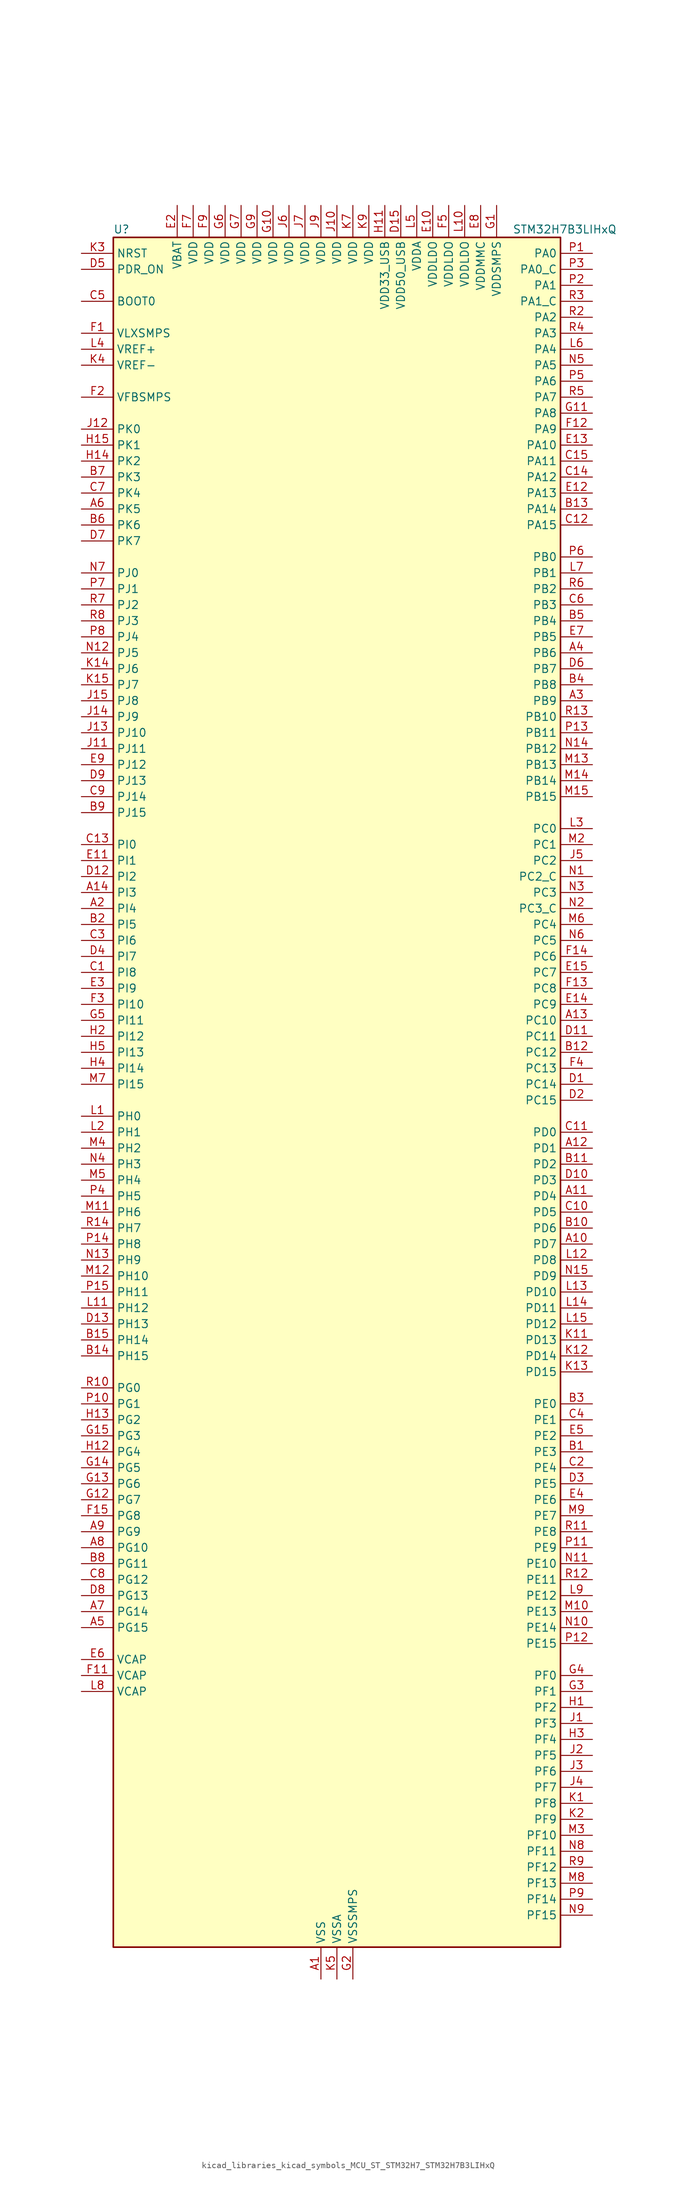
<source format=kicad_sym>
(kicad_symbol_lib
  (version 20220914)
  (generator kicad_symbol_editor)
  (symbol "kicad_libraries_kicad_symbols_MCU_ST_STM32H7_STM32H7B3LIHxQ"
    (property "Reference" "U"
      (at -35.56 138.43 0)
      (effects (font (size 1.27 1.27)) (justify left)))
    (property "Value" "STM32H7B3LIHxQ"
      (at 27.94 138.43 0)
      (effects (font (size 1.27 1.27)) (justify left)))
    (property "ki_locked" ""
      (at 0 0 0)
      (effects (font (size 1.27 1.27))))
    (symbol "kicad_libraries_kicad_symbols_MCU_ST_STM32H7_STM32H7B3LIHxQ_0_1"
      (rectangle (start -35.56 -134.62) (end 35.56 137.16) (stroke (width 0.254) (type default)) (fill (type background))))
    (symbol "kicad_libraries_kicad_symbols_MCU_ST_STM32H7_STM32H7B3LIHxQ_1_1"
      (pin power_in line (at -2.54 -139.7 90) (length 5.08) (name "VSS" (effects (font (size 1.27 1.27)))) (number "A1" (effects (font (size 1.27 1.27)))))
      (pin bidirectional line (at 40.64 -22.86 180) (length 5.08) (name "PD7" (effects (font (size 1.27 1.27)))) (number "A10" (effects (font (size 1.27 1.27)))) (alternate "DFSDM1_CKIN1" bidirectional line) (alternate "DFSDM1_DATIN4" bidirectional line) (alternate "FMC_NE1" bidirectional line) (alternate "I2S1_SDO" bidirectional line) (alternate "OCTOSPIM_P1_IO7" bidirectional line) (alternate "SDMMC2_CMD" bidirectional line) (alternate "SPDIFRX_IN0" bidirectional line) (alternate "SPI1_MOSI" bidirectional line) (alternate "USART2_CK" bidirectional line))
      (pin bidirectional line (at 40.64 -15.24 180) (length 5.08) (name "PD4" (effects (font (size 1.27 1.27)))) (number "A11" (effects (font (size 1.27 1.27)))) (alternate "FMC_NOE" bidirectional line) (alternate "OCTOSPIM_P1_IO4" bidirectional line) (alternate "USART2_DE" bidirectional line) (alternate "USART2_RTS" bidirectional line))
      (pin bidirectional line (at 40.64 -7.62 180) (length 5.08) (name "PD1" (effects (font (size 1.27 1.27)))) (number "A12" (effects (font (size 1.27 1.27)))) (alternate "DFSDM1_DATIN6" bidirectional line) (alternate "FDCAN1_TX" bidirectional line) (alternate "FMC_D3" bidirectional line) (alternate "FMC_DA3" bidirectional line) (alternate "UART4_TX" bidirectional line))
      (pin bidirectional line (at 40.64 12.7 180) (length 5.08) (name "PC10" (effects (font (size 1.27 1.27)))) (number "A13" (effects (font (size 1.27 1.27)))) (alternate "DCMI_D8" bidirectional line) (alternate "DFSDM1_CKIN5" bidirectional line) (alternate "DFSDM2_CKIN0" bidirectional line) (alternate "I2S3_CK" bidirectional line) (alternate "LTDC_B1" bidirectional line) (alternate "LTDC_R2" bidirectional line) (alternate "OCTOSPIM_P1_IO1" bidirectional line) (alternate "PSSI_D8" bidirectional line) (alternate "SDMMC1_D2" bidirectional line) (alternate "SPI3_SCK" bidirectional line) (alternate "SWPMI1_RX" bidirectional line) (alternate "UART4_TX" bidirectional line) (alternate "USART3_TX" bidirectional line))
      (pin bidirectional line (at -40.64 33.02 0) (length 5.08) (name "PI3" (effects (font (size 1.27 1.27)))) (number "A14" (effects (font (size 1.27 1.27)))) (alternate "DCMI_D10" bidirectional line) (alternate "FMC_D27" bidirectional line) (alternate "I2S2_SDO" bidirectional line) (alternate "PSSI_D10" bidirectional line) (alternate "SPI2_MOSI" bidirectional line) (alternate "TIM8_ETR" bidirectional line))
      (pin passive line (at -2.54 -139.7 90) (length 5.08) hide (name "VSS" (effects (font (size 1.27 1.27)))) (number "A15" (effects (font (size 1.27 1.27)))))
      (pin bidirectional line (at -40.64 30.48 0) (length 5.08) (name "PI4" (effects (font (size 1.27 1.27)))) (number "A2" (effects (font (size 1.27 1.27)))) (alternate "DCMI_D5" bidirectional line) (alternate "FMC_NBL2" bidirectional line) (alternate "LTDC_B4" bidirectional line) (alternate "PSSI_D5" bidirectional line) (alternate "SAI2_MCLK_A" bidirectional line) (alternate "TIM8_BKIN" bidirectional line) (alternate "TIM8_BKIN_COMP1" bidirectional line) (alternate "TIM8_BKIN_COMP2" bidirectional line))
      (pin bidirectional line (at 40.64 63.5 180) (length 5.08) (name "PB9" (effects (font (size 1.27 1.27)))) (number "A3" (effects (font (size 1.27 1.27)))) (alternate "DAC1_EXTI9" bidirectional line) (alternate "DCMI_D7" bidirectional line) (alternate "DFSDM1_DATIN7" bidirectional line) (alternate "FDCAN1_TX" bidirectional line) (alternate "I2C1_SDA" bidirectional line) (alternate "I2C4_SDA" bidirectional line) (alternate "I2C4_SMBA" bidirectional line) (alternate "I2S2_WS" bidirectional line) (alternate "LTDC_B7" bidirectional line) (alternate "PSSI_D7" bidirectional line) (alternate "SDMMC1_CDIR" bidirectional line) (alternate "SDMMC1_D5" bidirectional line) (alternate "SDMMC2_D5" bidirectional line) (alternate "SPI2_NSS" bidirectional line) (alternate "TIM17_CH1" bidirectional line) (alternate "TIM4_CH4" bidirectional line) (alternate "UART4_TX" bidirectional line))
      (pin bidirectional line (at 40.64 71.12 180) (length 5.08) (name "PB6" (effects (font (size 1.27 1.27)))) (number "A4" (effects (font (size 1.27 1.27)))) (alternate "CEC" bidirectional line) (alternate "DCMI_D5" bidirectional line) (alternate "DFSDM1_DATIN5" bidirectional line) (alternate "FDCAN2_TX" bidirectional line) (alternate "FMC_SDNE1" bidirectional line) (alternate "I2C1_SCL" bidirectional line) (alternate "I2C4_SCL" bidirectional line) (alternate "LPUART1_TX" bidirectional line) (alternate "OCTOSPIM_P1_NCS" bidirectional line) (alternate "PSSI_D5" bidirectional line) (alternate "TIM16_CH1N" bidirectional line) (alternate "TIM4_CH1" bidirectional line) (alternate "UART5_TX" bidirectional line) (alternate "USART1_TX" bidirectional line))
      (pin bidirectional line (at -40.64 -83.82 0) (length 5.08) (name "PG15" (effects (font (size 1.27 1.27)))) (number "A5" (effects (font (size 1.27 1.27)))) (alternate "ADC1_EXTI15" bidirectional line) (alternate "ADC2_EXTI15" bidirectional line) (alternate "DCMI_D13" bidirectional line) (alternate "FMC_SDNCAS" bidirectional line) (alternate "OCTOSPIM_P2_DQS" bidirectional line) (alternate "PSSI_D13" bidirectional line) (alternate "USART10_CK" bidirectional line) (alternate "USART6_CTS" bidirectional line) (alternate "USART6_NSS" bidirectional line))
      (pin bidirectional line (at -40.64 93.98 0) (length 5.08) (name "PK5" (effects (font (size 1.27 1.27)))) (number "A6" (effects (font (size 1.27 1.27)))) (alternate "LTDC_B6" bidirectional line) (alternate "OCTOSPIM_P2_NCS" bidirectional line))
      (pin bidirectional line (at -40.64 -81.28 0) (length 5.08) (name "PG14" (effects (font (size 1.27 1.27)))) (number "A7" (effects (font (size 1.27 1.27)))) (alternate "DEBUG_TRACED1" bidirectional line) (alternate "FMC_A25" bidirectional line) (alternate "I2S6_SDO" bidirectional line) (alternate "LPTIM1_ETR" bidirectional line) (alternate "LTDC_B0" bidirectional line) (alternate "OCTOSPIM_P1_IO7" bidirectional line) (alternate "SDMMC2_D7" bidirectional line) (alternate "SPI6_MOSI" bidirectional line) (alternate "USART10_DE" bidirectional line) (alternate "USART10_RTS" bidirectional line) (alternate "USART6_TX" bidirectional line))
      (pin bidirectional line (at -40.64 -71.12 0) (length 5.08) (name "PG10" (effects (font (size 1.27 1.27)))) (number "A8" (effects (font (size 1.27 1.27)))) (alternate "DCMI_D2" bidirectional line) (alternate "FMC_NE3" bidirectional line) (alternate "I2S1_WS" bidirectional line) (alternate "LTDC_B2" bidirectional line) (alternate "LTDC_G3" bidirectional line) (alternate "OCTOSPIM_P2_IO6" bidirectional line) (alternate "PSSI_D2" bidirectional line) (alternate "SAI2_SD_B" bidirectional line) (alternate "SDMMC2_D1" bidirectional line) (alternate "SPI1_NSS" bidirectional line))
      (pin bidirectional line (at -40.64 -68.58 0) (length 5.08) (name "PG9" (effects (font (size 1.27 1.27)))) (number "A9" (effects (font (size 1.27 1.27)))) (alternate "DAC1_EXTI9" bidirectional line) (alternate "DCMI_VSYNC" bidirectional line) (alternate "FMC_NCE" bidirectional line) (alternate "FMC_NE2" bidirectional line) (alternate "I2S1_SDI" bidirectional line) (alternate "OCTOSPIM_P1_IO6" bidirectional line) (alternate "PSSI_RDY" bidirectional line) (alternate "SAI2_FS_B" bidirectional line) (alternate "SDMMC2_D0" bidirectional line) (alternate "SPDIFRX_IN3" bidirectional line) (alternate "SPI1_MISO" bidirectional line) (alternate "USART6_RX" bidirectional line))
      (pin bidirectional line (at 40.64 -55.88 180) (length 5.08) (name "PE3" (effects (font (size 1.27 1.27)))) (number "B1" (effects (font (size 1.27 1.27)))) (alternate "DEBUG_TRACED0" bidirectional line) (alternate "FMC_A19" bidirectional line) (alternate "SAI1_SD_B" bidirectional line) (alternate "TIM15_BKIN" bidirectional line) (alternate "USART10_TX" bidirectional line))
      (pin bidirectional line (at 40.64 -20.32 180) (length 5.08) (name "PD6" (effects (font (size 1.27 1.27)))) (number "B10" (effects (font (size 1.27 1.27)))) (alternate "DCMI_D10" bidirectional line) (alternate "DFSDM1_CKIN4" bidirectional line) (alternate "DFSDM1_DATIN1" bidirectional line) (alternate "FMC_NWAIT" bidirectional line) (alternate "I2S3_SDO" bidirectional line) (alternate "LTDC_B2" bidirectional line) (alternate "OCTOSPIM_P1_IO6" bidirectional line) (alternate "PSSI_D10" bidirectional line) (alternate "SAI1_D1" bidirectional line) (alternate "SAI1_SD_A" bidirectional line) (alternate "SDMMC2_CK" bidirectional line) (alternate "SPI3_MOSI" bidirectional line) (alternate "USART2_RX" bidirectional line))
      (pin bidirectional line (at 40.64 -10.16 180) (length 5.08) (name "PD2" (effects (font (size 1.27 1.27)))) (number "B11" (effects (font (size 1.27 1.27)))) (alternate "DCMI_D11" bidirectional line) (alternate "DEBUG_TRACED2" bidirectional line) (alternate "LTDC_B2" bidirectional line) (alternate "LTDC_B7" bidirectional line) (alternate "PSSI_D11" bidirectional line) (alternate "SDMMC1_CMD" bidirectional line) (alternate "TIM15_BKIN" bidirectional line) (alternate "TIM3_ETR" bidirectional line) (alternate "UART5_RX" bidirectional line))
      (pin bidirectional line (at 40.64 7.62 180) (length 5.08) (name "PC12" (effects (font (size 1.27 1.27)))) (number "B12" (effects (font (size 1.27 1.27)))) (alternate "DCMI_D9" bidirectional line) (alternate "DEBUG_TRACED3" bidirectional line) (alternate "DFSDM2_CKOUT" bidirectional line) (alternate "I2S3_SDO" bidirectional line) (alternate "I2S6_CK" bidirectional line) (alternate "LTDC_R6" bidirectional line) (alternate "PSSI_D9" bidirectional line) (alternate "SDMMC1_CK" bidirectional line) (alternate "SPI3_MOSI" bidirectional line) (alternate "SPI6_SCK" bidirectional line) (alternate "TIM15_CH1" bidirectional line) (alternate "UART5_TX" bidirectional line) (alternate "USART3_CK" bidirectional line))
      (pin bidirectional line (at 40.64 93.98 180) (length 5.08) (name "PA14" (effects (font (size 1.27 1.27)))) (number "B13" (effects (font (size 1.27 1.27)))) (alternate "DEBUG_JTCK-SWCLK" bidirectional line))
      (pin bidirectional line (at -40.64 -40.64 0) (length 5.08) (name "PH15" (effects (font (size 1.27 1.27)))) (number "B14" (effects (font (size 1.27 1.27)))) (alternate "ADC1_EXTI15" bidirectional line) (alternate "ADC2_EXTI15" bidirectional line) (alternate "DCMI_D11" bidirectional line) (alternate "FMC_D23" bidirectional line) (alternate "LTDC_G4" bidirectional line) (alternate "PSSI_D11" bidirectional line) (alternate "TIM8_CH3N" bidirectional line))
      (pin bidirectional line (at -40.64 -38.1 0) (length 5.08) (name "PH14" (effects (font (size 1.27 1.27)))) (number "B15" (effects (font (size 1.27 1.27)))) (alternate "DCMI_D4" bidirectional line) (alternate "FDCAN1_RX" bidirectional line) (alternate "FMC_D22" bidirectional line) (alternate "LTDC_G3" bidirectional line) (alternate "PSSI_D4" bidirectional line) (alternate "TIM8_CH2N" bidirectional line) (alternate "UART4_RX" bidirectional line))
      (pin bidirectional line (at -40.64 27.94 0) (length 5.08) (name "PI5" (effects (font (size 1.27 1.27)))) (number "B2" (effects (font (size 1.27 1.27)))) (alternate "DCMI_VSYNC" bidirectional line) (alternate "FMC_NBL3" bidirectional line) (alternate "LTDC_B5" bidirectional line) (alternate "PSSI_RDY" bidirectional line) (alternate "SAI2_SCK_A" bidirectional line) (alternate "TIM8_CH1" bidirectional line))
      (pin bidirectional line (at 40.64 -48.26 180) (length 5.08) (name "PE0" (effects (font (size 1.27 1.27)))) (number "B3" (effects (font (size 1.27 1.27)))) (alternate "DCMI_D2" bidirectional line) (alternate "FMC_NBL0" bidirectional line) (alternate "LPTIM1_ETR" bidirectional line) (alternate "LPTIM2_ETR" bidirectional line) (alternate "LTDC_R0" bidirectional line) (alternate "PSSI_D2" bidirectional line) (alternate "SAI2_MCLK_A" bidirectional line) (alternate "TIM4_ETR" bidirectional line) (alternate "UART8_RX" bidirectional line))
      (pin bidirectional line (at 40.64 66.04 180) (length 5.08) (name "PB8" (effects (font (size 1.27 1.27)))) (number "B4" (effects (font (size 1.27 1.27)))) (alternate "DCMI_D6" bidirectional line) (alternate "DFSDM1_CKIN7" bidirectional line) (alternate "FDCAN1_RX" bidirectional line) (alternate "I2C1_SCL" bidirectional line) (alternate "I2C4_SCL" bidirectional line) (alternate "LTDC_B6" bidirectional line) (alternate "PSSI_D6" bidirectional line) (alternate "SDMMC1_CKIN" bidirectional line) (alternate "SDMMC1_D4" bidirectional line) (alternate "SDMMC2_D4" bidirectional line) (alternate "TIM16_CH1" bidirectional line) (alternate "TIM4_CH3" bidirectional line) (alternate "UART4_RX" bidirectional line))
      (pin bidirectional line (at 40.64 76.2 180) (length 5.08) (name "PB4" (effects (font (size 1.27 1.27)))) (number "B5" (effects (font (size 1.27 1.27)))) (alternate "DEBUG_JTRST" bidirectional line) (alternate "I2S1_SDI" bidirectional line) (alternate "I2S2_WS" bidirectional line) (alternate "I2S3_SDI" bidirectional line) (alternate "I2S6_SDI" bidirectional line) (alternate "SDMMC2_D3" bidirectional line) (alternate "SPI1_MISO" bidirectional line) (alternate "SPI2_NSS" bidirectional line) (alternate "SPI3_MISO" bidirectional line) (alternate "SPI6_MISO" bidirectional line) (alternate "TIM16_BKIN" bidirectional line) (alternate "TIM3_CH1" bidirectional line) (alternate "UART7_TX" bidirectional line))
      (pin bidirectional line (at -40.64 91.44 0) (length 5.08) (name "PK6" (effects (font (size 1.27 1.27)))) (number "B6" (effects (font (size 1.27 1.27)))) (alternate "LTDC_B7" bidirectional line) (alternate "OCTOSPIM_P2_DQS" bidirectional line))
      (pin bidirectional line (at -40.64 99.06 0) (length 5.08) (name "PK3" (effects (font (size 1.27 1.27)))) (number "B7" (effects (font (size 1.27 1.27)))) (alternate "LTDC_B4" bidirectional line) (alternate "OCTOSPIM_P2_IO6" bidirectional line))
      (pin bidirectional line (at -40.64 -73.66 0) (length 5.08) (name "PG11" (effects (font (size 1.27 1.27)))) (number "B8" (effects (font (size 1.27 1.27)))) (alternate "ADC1_EXTI11" bidirectional line) (alternate "ADC2_EXTI11" bidirectional line) (alternate "DCMI_D3" bidirectional line) (alternate "I2S1_CK" bidirectional line) (alternate "LPTIM1_IN2" bidirectional line) (alternate "LTDC_B3" bidirectional line) (alternate "OCTOSPIM_P2_IO7" bidirectional line) (alternate "PSSI_D3" bidirectional line) (alternate "SDMMC2_D2" bidirectional line) (alternate "SPDIFRX_IN0" bidirectional line) (alternate "SPI1_SCK" bidirectional line) (alternate "USART10_RX" bidirectional line))
      (pin bidirectional line (at -40.64 45.72 0) (length 5.08) (name "PJ15" (effects (font (size 1.27 1.27)))) (number "B9" (effects (font (size 1.27 1.27)))) (alternate "ADC1_EXTI15" bidirectional line) (alternate "ADC2_EXTI15" bidirectional line) (alternate "LTDC_B3" bidirectional line))
      (pin bidirectional line (at -40.64 20.32 0) (length 5.08) (name "PI8" (effects (font (size 1.27 1.27)))) (number "C1" (effects (font (size 1.27 1.27)))) (alternate "PWR_WKUP3" bidirectional line) (alternate "RTC_OUT_ALARM" bidirectional line) (alternate "RTC_TAMP2" bidirectional line))
      (pin bidirectional line (at 40.64 -17.78 180) (length 5.08) (name "PD5" (effects (font (size 1.27 1.27)))) (number "C10" (effects (font (size 1.27 1.27)))) (alternate "FMC_NWE" bidirectional line) (alternate "OCTOSPIM_P1_IO5" bidirectional line) (alternate "USART2_TX" bidirectional line))
      (pin bidirectional line (at 40.64 -5.08 180) (length 5.08) (name "PD0" (effects (font (size 1.27 1.27)))) (number "C11" (effects (font (size 1.27 1.27)))) (alternate "DFSDM1_CKIN6" bidirectional line) (alternate "FDCAN1_RX" bidirectional line) (alternate "FMC_D2" bidirectional line) (alternate "FMC_DA2" bidirectional line) (alternate "LTDC_B1" bidirectional line) (alternate "UART4_RX" bidirectional line) (alternate "UART9_CTS" bidirectional line))
      (pin bidirectional line (at 40.64 91.44 180) (length 5.08) (name "PA15" (effects (font (size 1.27 1.27)))) (number "C12" (effects (font (size 1.27 1.27)))) (alternate "ADC1_EXTI15" bidirectional line) (alternate "ADC2_EXTI15" bidirectional line) (alternate "CEC" bidirectional line) (alternate "DEBUG_JTDI" bidirectional line) (alternate "I2S1_WS" bidirectional line) (alternate "I2S3_WS" bidirectional line) (alternate "I2S6_WS" bidirectional line) (alternate "LTDC_B6" bidirectional line) (alternate "LTDC_R3" bidirectional line) (alternate "SPI1_NSS" bidirectional line) (alternate "SPI3_NSS" bidirectional line) (alternate "SPI6_NSS" bidirectional line) (alternate "TIM2_CH1" bidirectional line) (alternate "TIM2_ETR" bidirectional line) (alternate "UART4_DE" bidirectional line) (alternate "UART4_RTS" bidirectional line) (alternate "UART7_TX" bidirectional line))
      (pin bidirectional line (at -40.64 40.64 0) (length 5.08) (name "PI0" (effects (font (size 1.27 1.27)))) (number "C13" (effects (font (size 1.27 1.27)))) (alternate "DCMI_D13" bidirectional line) (alternate "FMC_D24" bidirectional line) (alternate "I2S2_WS" bidirectional line) (alternate "LTDC_G5" bidirectional line) (alternate "PSSI_D13" bidirectional line) (alternate "SPI2_NSS" bidirectional line) (alternate "TIM5_CH4" bidirectional line))
      (pin bidirectional line (at 40.64 99.06 180) (length 5.08) (name "PA12" (effects (font (size 1.27 1.27)))) (number "C14" (effects (font (size 1.27 1.27)))) (alternate "FDCAN1_TX" bidirectional line) (alternate "I2S2_CK" bidirectional line) (alternate "LPUART1_DE" bidirectional line) (alternate "LPUART1_RTS" bidirectional line) (alternate "LTDC_R5" bidirectional line) (alternate "SAI2_FS_B" bidirectional line) (alternate "SPI2_SCK" bidirectional line) (alternate "TIM1_ETR" bidirectional line) (alternate "UART4_TX" bidirectional line) (alternate "USART1_DE" bidirectional line) (alternate "USART1_RTS" bidirectional line) (alternate "USB_OTG_HS_DP" bidirectional line))
      (pin bidirectional line (at 40.64 101.6 180) (length 5.08) (name "PA11" (effects (font (size 1.27 1.27)))) (number "C15" (effects (font (size 1.27 1.27)))) (alternate "ADC1_EXTI11" bidirectional line) (alternate "ADC2_EXTI11" bidirectional line) (alternate "FDCAN1_RX" bidirectional line) (alternate "I2S2_WS" bidirectional line) (alternate "LPUART1_CTS" bidirectional line) (alternate "LTDC_R4" bidirectional line) (alternate "SPI2_NSS" bidirectional line) (alternate "TIM1_CH4" bidirectional line) (alternate "UART4_RX" bidirectional line) (alternate "USART1_CTS" bidirectional line) (alternate "USART1_NSS" bidirectional line) (alternate "USB_OTG_HS_DM" bidirectional line))
      (pin bidirectional line (at 40.64 -58.42 180) (length 5.08) (name "PE4" (effects (font (size 1.27 1.27)))) (number "C2" (effects (font (size 1.27 1.27)))) (alternate "DCMI_D4" bidirectional line) (alternate "DEBUG_TRACED1" bidirectional line) (alternate "DFSDM1_DATIN3" bidirectional line) (alternate "FMC_A20" bidirectional line) (alternate "LTDC_B0" bidirectional line) (alternate "PSSI_D4" bidirectional line) (alternate "SAI1_D2" bidirectional line) (alternate "SAI1_FS_A" bidirectional line) (alternate "SPI4_NSS" bidirectional line) (alternate "TIM15_CH1N" bidirectional line))
      (pin bidirectional line (at -40.64 25.4 0) (length 5.08) (name "PI6" (effects (font (size 1.27 1.27)))) (number "C3" (effects (font (size 1.27 1.27)))) (alternate "DCMI_D6" bidirectional line) (alternate "FMC_D28" bidirectional line) (alternate "LTDC_B6" bidirectional line) (alternate "PSSI_D6" bidirectional line) (alternate "SAI2_SD_A" bidirectional line) (alternate "TIM8_CH2" bidirectional line))
      (pin bidirectional line (at 40.64 -50.8 180) (length 5.08) (name "PE1" (effects (font (size 1.27 1.27)))) (number "C4" (effects (font (size 1.27 1.27)))) (alternate "DCMI_D3" bidirectional line) (alternate "FMC_NBL1" bidirectional line) (alternate "LPTIM1_IN2" bidirectional line) (alternate "LTDC_R6" bidirectional line) (alternate "PSSI_D3" bidirectional line) (alternate "UART8_TX" bidirectional line))
      (pin input line (at -40.64 127 0) (length 5.08) (name "BOOT0" (effects (font (size 1.27 1.27)))) (number "C5" (effects (font (size 1.27 1.27)))))
      (pin bidirectional line (at 40.64 78.74 180) (length 5.08) (name "PB3" (effects (font (size 1.27 1.27)))) (number "C6" (effects (font (size 1.27 1.27)))) (alternate "CRS_SYNC" bidirectional line) (alternate "DEBUG_JTDO-SWO" bidirectional line) (alternate "I2S1_CK" bidirectional line) (alternate "I2S3_CK" bidirectional line) (alternate "I2S6_CK" bidirectional line) (alternate "SDMMC2_D2" bidirectional line) (alternate "SPI1_SCK" bidirectional line) (alternate "SPI3_SCK" bidirectional line) (alternate "SPI6_SCK" bidirectional line) (alternate "TIM2_CH2" bidirectional line) (alternate "UART7_RX" bidirectional line))
      (pin bidirectional line (at -40.64 96.52 0) (length 5.08) (name "PK4" (effects (font (size 1.27 1.27)))) (number "C7" (effects (font (size 1.27 1.27)))) (alternate "LTDC_B5" bidirectional line) (alternate "OCTOSPIM_P2_IO7" bidirectional line))
      (pin bidirectional line (at -40.64 -76.2 0) (length 5.08) (name "PG12" (effects (font (size 1.27 1.27)))) (number "C8" (effects (font (size 1.27 1.27)))) (alternate "FMC_NE4" bidirectional line) (alternate "I2S6_SDI" bidirectional line) (alternate "LPTIM1_IN1" bidirectional line) (alternate "LTDC_B1" bidirectional line) (alternate "LTDC_B4" bidirectional line) (alternate "OCTOSPIM_P2_NCS" bidirectional line) (alternate "SDMMC2_D3" bidirectional line) (alternate "SPDIFRX_IN1" bidirectional line) (alternate "SPI6_MISO" bidirectional line) (alternate "USART10_TX" bidirectional line) (alternate "USART6_DE" bidirectional line) (alternate "USART6_RTS" bidirectional line))
      (pin bidirectional line (at -40.64 48.26 0) (length 5.08) (name "PJ14" (effects (font (size 1.27 1.27)))) (number "C9" (effects (font (size 1.27 1.27)))) (alternate "LTDC_B2" bidirectional line))
      (pin bidirectional line (at 40.64 2.54 180) (length 5.08) (name "PC14" (effects (font (size 1.27 1.27)))) (number "D1" (effects (font (size 1.27 1.27)))) (alternate "RCC_OSC32_IN" bidirectional line))
      (pin bidirectional line (at 40.64 -12.7 180) (length 5.08) (name "PD3" (effects (font (size 1.27 1.27)))) (number "D10" (effects (font (size 1.27 1.27)))) (alternate "DCMI_D5" bidirectional line) (alternate "DFSDM1_CKOUT" bidirectional line) (alternate "FMC_CLK" bidirectional line) (alternate "I2S2_CK" bidirectional line) (alternate "LTDC_G7" bidirectional line) (alternate "PSSI_D5" bidirectional line) (alternate "SPI2_SCK" bidirectional line) (alternate "USART2_CTS" bidirectional line) (alternate "USART2_NSS" bidirectional line))
      (pin bidirectional line (at 40.64 10.16 180) (length 5.08) (name "PC11" (effects (font (size 1.27 1.27)))) (number "D11" (effects (font (size 1.27 1.27)))) (alternate "ADC1_EXTI11" bidirectional line) (alternate "ADC2_EXTI11" bidirectional line) (alternate "DCMI_D4" bidirectional line) (alternate "DFSDM1_DATIN5" bidirectional line) (alternate "DFSDM2_DATIN0" bidirectional line) (alternate "I2S3_SDI" bidirectional line) (alternate "LTDC_B4" bidirectional line) (alternate "OCTOSPIM_P1_NCS" bidirectional line) (alternate "PSSI_D4" bidirectional line) (alternate "SDMMC1_D3" bidirectional line) (alternate "SPI3_MISO" bidirectional line) (alternate "UART4_RX" bidirectional line) (alternate "USART3_RX" bidirectional line))
      (pin bidirectional line (at -40.64 35.56 0) (length 5.08) (name "PI2" (effects (font (size 1.27 1.27)))) (number "D12" (effects (font (size 1.27 1.27)))) (alternate "DCMI_D9" bidirectional line) (alternate "FMC_D26" bidirectional line) (alternate "I2S2_SDI" bidirectional line) (alternate "LTDC_G7" bidirectional line) (alternate "PSSI_D9" bidirectional line) (alternate "SPI2_MISO" bidirectional line) (alternate "TIM8_CH4" bidirectional line))
      (pin bidirectional line (at -40.64 -35.56 0) (length 5.08) (name "PH13" (effects (font (size 1.27 1.27)))) (number "D13" (effects (font (size 1.27 1.27)))) (alternate "FDCAN1_TX" bidirectional line) (alternate "FMC_D21" bidirectional line) (alternate "LTDC_G2" bidirectional line) (alternate "TIM8_CH1N" bidirectional line) (alternate "UART4_TX" bidirectional line))
      (pin passive line (at -2.54 -139.7 90) (length 5.08) hide (name "VSS" (effects (font (size 1.27 1.27)))) (number "D14" (effects (font (size 1.27 1.27)))))
      (pin power_in line (at 10.16 142.24 270) (length 5.08) (name "VDD50_USB" (effects (font (size 1.27 1.27)))) (number "D15" (effects (font (size 1.27 1.27)))))
      (pin bidirectional line (at 40.64 0 180) (length 5.08) (name "PC15" (effects (font (size 1.27 1.27)))) (number "D2" (effects (font (size 1.27 1.27)))) (alternate "ADC1_EXTI15" bidirectional line) (alternate "ADC2_EXTI15" bidirectional line) (alternate "RCC_OSC32_OUT" bidirectional line))
      (pin bidirectional line (at 40.64 -60.96 180) (length 5.08) (name "PE5" (effects (font (size 1.27 1.27)))) (number "D3" (effects (font (size 1.27 1.27)))) (alternate "DCMI_D6" bidirectional line) (alternate "DEBUG_TRACED2" bidirectional line) (alternate "DFSDM1_CKIN3" bidirectional line) (alternate "FMC_A21" bidirectional line) (alternate "LTDC_G0" bidirectional line) (alternate "PSSI_D6" bidirectional line) (alternate "SAI1_CK2" bidirectional line) (alternate "SAI1_SCK_A" bidirectional line) (alternate "SPI4_MISO" bidirectional line) (alternate "TIM15_CH1" bidirectional line))
      (pin bidirectional line (at -40.64 22.86 0) (length 5.08) (name "PI7" (effects (font (size 1.27 1.27)))) (number "D4" (effects (font (size 1.27 1.27)))) (alternate "DCMI_D7" bidirectional line) (alternate "FMC_D29" bidirectional line) (alternate "LTDC_B7" bidirectional line) (alternate "PSSI_D7" bidirectional line) (alternate "SAI2_FS_A" bidirectional line) (alternate "TIM8_CH3" bidirectional line))
      (pin input line (at -40.64 132.08 0) (length 5.08) (name "PDR_ON" (effects (font (size 1.27 1.27)))) (number "D5" (effects (font (size 1.27 1.27)))))
      (pin bidirectional line (at 40.64 68.58 180) (length 5.08) (name "PB7" (effects (font (size 1.27 1.27)))) (number "D6" (effects (font (size 1.27 1.27)))) (alternate "DCMI_VSYNC" bidirectional line) (alternate "DFSDM1_CKIN5" bidirectional line) (alternate "FMC_NL" bidirectional line) (alternate "I2C1_SDA" bidirectional line) (alternate "I2C4_SDA" bidirectional line) (alternate "LPUART1_RX" bidirectional line) (alternate "PSSI_RDY" bidirectional line) (alternate "PWR_PVD_IN" bidirectional line) (alternate "TIM17_CH1N" bidirectional line) (alternate "TIM4_CH2" bidirectional line) (alternate "USART1_RX" bidirectional line))
      (pin bidirectional line (at -40.64 88.9 0) (length 5.08) (name "PK7" (effects (font (size 1.27 1.27)))) (number "D7" (effects (font (size 1.27 1.27)))) (alternate "LTDC_DE" bidirectional line))
      (pin bidirectional line (at -40.64 -78.74 0) (length 5.08) (name "PG13" (effects (font (size 1.27 1.27)))) (number "D8" (effects (font (size 1.27 1.27)))) (alternate "DEBUG_TRACED0" bidirectional line) (alternate "FMC_A24" bidirectional line) (alternate "I2S6_CK" bidirectional line) (alternate "LPTIM1_OUT" bidirectional line) (alternate "LTDC_R0" bidirectional line) (alternate "SDMMC2_D6" bidirectional line) (alternate "SPI6_SCK" bidirectional line) (alternate "USART10_CTS" bidirectional line) (alternate "USART10_NSS" bidirectional line) (alternate "USART6_CTS" bidirectional line) (alternate "USART6_NSS" bidirectional line))
      (pin bidirectional line (at -40.64 50.8 0) (length 5.08) (name "PJ13" (effects (font (size 1.27 1.27)))) (number "D9" (effects (font (size 1.27 1.27)))) (alternate "LTDC_B1" bidirectional line) (alternate "LTDC_B4" bidirectional line))
      (pin passive line (at -2.54 -139.7 90) (length 5.08) hide (name "VSS" (effects (font (size 1.27 1.27)))) (number "E1" (effects (font (size 1.27 1.27)))))
      (pin power_in line (at 15.24 142.24 270) (length 5.08) (name "VDDLDO" (effects (font (size 1.27 1.27)))) (number "E10" (effects (font (size 1.27 1.27)))))
      (pin bidirectional line (at -40.64 38.1 0) (length 5.08) (name "PI1" (effects (font (size 1.27 1.27)))) (number "E11" (effects (font (size 1.27 1.27)))) (alternate "DCMI_D8" bidirectional line) (alternate "FMC_D25" bidirectional line) (alternate "I2S2_CK" bidirectional line) (alternate "LTDC_G6" bidirectional line) (alternate "PSSI_D8" bidirectional line) (alternate "SPI2_SCK" bidirectional line) (alternate "TIM8_BKIN2" bidirectional line) (alternate "TIM8_BKIN2_COMP1" bidirectional line) (alternate "TIM8_BKIN2_COMP2" bidirectional line))
      (pin bidirectional line (at 40.64 96.52 180) (length 5.08) (name "PA13" (effects (font (size 1.27 1.27)))) (number "E12" (effects (font (size 1.27 1.27)))) (alternate "DEBUG_JTMS-SWDIO" bidirectional line))
      (pin bidirectional line (at 40.64 104.14 180) (length 5.08) (name "PA10" (effects (font (size 1.27 1.27)))) (number "E13" (effects (font (size 1.27 1.27)))) (alternate "DCMI_D1" bidirectional line) (alternate "LPUART1_RX" bidirectional line) (alternate "LTDC_B1" bidirectional line) (alternate "LTDC_B4" bidirectional line) (alternate "MDIOS_MDIO" bidirectional line) (alternate "PSSI_D1" bidirectional line) (alternate "TIM1_CH3" bidirectional line) (alternate "USART1_RX" bidirectional line) (alternate "USB_OTG_HS_ID" bidirectional line))
      (pin bidirectional line (at 40.64 15.24 180) (length 5.08) (name "PC9" (effects (font (size 1.27 1.27)))) (number "E14" (effects (font (size 1.27 1.27)))) (alternate "DAC1_EXTI9" bidirectional line) (alternate "DCMI_D3" bidirectional line) (alternate "I2C3_SDA" bidirectional line) (alternate "I2S_CKIN" bidirectional line) (alternate "LTDC_B2" bidirectional line) (alternate "LTDC_G3" bidirectional line) (alternate "OCTOSPIM_P1_IO0" bidirectional line) (alternate "PSSI_D3" bidirectional line) (alternate "RCC_MCO_2" bidirectional line) (alternate "SDMMC1_D1" bidirectional line) (alternate "SWPMI1_SUSPEND" bidirectional line) (alternate "TIM3_CH4" bidirectional line) (alternate "TIM8_CH4" bidirectional line) (alternate "UART5_CTS" bidirectional line))
      (pin bidirectional line (at 40.64 20.32 180) (length 5.08) (name "PC7" (effects (font (size 1.27 1.27)))) (number "E15" (effects (font (size 1.27 1.27)))) (alternate "DCMI_D1" bidirectional line) (alternate "DEBUG_TRGIO" bidirectional line) (alternate "DFSDM1_DATIN3" bidirectional line) (alternate "FMC_NE1" bidirectional line) (alternate "I2S3_MCK" bidirectional line) (alternate "LTDC_G6" bidirectional line) (alternate "PSSI_D1" bidirectional line) (alternate "SDMMC1_D123DIR" bidirectional line) (alternate "SDMMC1_D7" bidirectional line) (alternate "SDMMC2_D7" bidirectional line) (alternate "SWPMI1_TX" bidirectional line) (alternate "TIM3_CH2" bidirectional line) (alternate "TIM8_CH2" bidirectional line) (alternate "USART6_RX" bidirectional line))
      (pin power_in line (at -25.4 142.24 270) (length 5.08) (name "VBAT" (effects (font (size 1.27 1.27)))) (number "E2" (effects (font (size 1.27 1.27)))))
      (pin bidirectional line (at -40.64 17.78 0) (length 5.08) (name "PI9" (effects (font (size 1.27 1.27)))) (number "E3" (effects (font (size 1.27 1.27)))) (alternate "DAC1_EXTI9" bidirectional line) (alternate "FDCAN1_RX" bidirectional line) (alternate "FMC_D30" bidirectional line) (alternate "LTDC_VSYNC" bidirectional line) (alternate "OCTOSPIM_P2_IO0" bidirectional line) (alternate "UART4_RX" bidirectional line))
      (pin bidirectional line (at 40.64 -63.5 180) (length 5.08) (name "PE6" (effects (font (size 1.27 1.27)))) (number "E4" (effects (font (size 1.27 1.27)))) (alternate "DCMI_D7" bidirectional line) (alternate "DEBUG_TRACED3" bidirectional line) (alternate "FMC_A22" bidirectional line) (alternate "LTDC_G1" bidirectional line) (alternate "PSSI_D7" bidirectional line) (alternate "SAI1_D1" bidirectional line) (alternate "SAI1_SD_A" bidirectional line) (alternate "SAI2_MCLK_B" bidirectional line) (alternate "SPI4_MOSI" bidirectional line) (alternate "TIM15_CH2" bidirectional line) (alternate "TIM1_BKIN2" bidirectional line) (alternate "TIM1_BKIN2_COMP1" bidirectional line) (alternate "TIM1_BKIN2_COMP2" bidirectional line))
      (pin bidirectional line (at 40.64 -53.34 180) (length 5.08) (name "PE2" (effects (font (size 1.27 1.27)))) (number "E5" (effects (font (size 1.27 1.27)))) (alternate "DEBUG_TRACECLK" bidirectional line) (alternate "FMC_A23" bidirectional line) (alternate "OCTOSPIM_P1_IO2" bidirectional line) (alternate "SAI1_CK1" bidirectional line) (alternate "SAI1_MCLK_A" bidirectional line) (alternate "SPI4_SCK" bidirectional line) (alternate "USART10_RX" bidirectional line))
      (pin power_out line (at -40.64 -88.9 0) (length 5.08) (name "VCAP" (effects (font (size 1.27 1.27)))) (number "E6" (effects (font (size 1.27 1.27)))))
      (pin bidirectional line (at 40.64 73.66 180) (length 5.08) (name "PB5" (effects (font (size 1.27 1.27)))) (number "E7" (effects (font (size 1.27 1.27)))) (alternate "DCMI_D10" bidirectional line) (alternate "FDCAN2_RX" bidirectional line) (alternate "FMC_SDCKE1" bidirectional line) (alternate "I2C1_SMBA" bidirectional line) (alternate "I2C4_SMBA" bidirectional line) (alternate "I2S1_SDO" bidirectional line) (alternate "I2S3_SDO" bidirectional line) (alternate "I2S6_SDO" bidirectional line) (alternate "LTDC_B5" bidirectional line) (alternate "PSSI_D10" bidirectional line) (alternate "SPI1_MOSI" bidirectional line) (alternate "SPI3_MOSI" bidirectional line) (alternate "SPI6_MOSI" bidirectional line) (alternate "TIM17_BKIN" bidirectional line) (alternate "TIM3_CH2" bidirectional line) (alternate "UART5_RX" bidirectional line) (alternate "USB_OTG_HS_ULPI_D7" bidirectional line))
      (pin power_in line (at 22.86 142.24 270) (length 5.08) (name "VDDMMC" (effects (font (size 1.27 1.27)))) (number "E8" (effects (font (size 1.27 1.27)))))
      (pin bidirectional line (at -40.64 53.34 0) (length 5.08) (name "PJ12" (effects (font (size 1.27 1.27)))) (number "E9" (effects (font (size 1.27 1.27)))) (alternate "DEBUG_TRGOUT" bidirectional line) (alternate "LTDC_B0" bidirectional line) (alternate "LTDC_G3" bidirectional line))
      (pin power_in line (at -40.64 121.92 0) (length 5.08) (name "VLXSMPS" (effects (font (size 1.27 1.27)))) (number "F1" (effects (font (size 1.27 1.27)))))
      (pin passive line (at -2.54 -139.7 90) (length 5.08) hide (name "VSS" (effects (font (size 1.27 1.27)))) (number "F10" (effects (font (size 1.27 1.27)))))
      (pin power_out line (at -40.64 -91.44 0) (length 5.08) (name "VCAP" (effects (font (size 1.27 1.27)))) (number "F11" (effects (font (size 1.27 1.27)))))
      (pin bidirectional line (at 40.64 106.68 180) (length 5.08) (name "PA9" (effects (font (size 1.27 1.27)))) (number "F12" (effects (font (size 1.27 1.27)))) (alternate "DAC1_EXTI9" bidirectional line) (alternate "DCMI_D0" bidirectional line) (alternate "I2C3_SMBA" bidirectional line) (alternate "I2S2_CK" bidirectional line) (alternate "LPUART1_TX" bidirectional line) (alternate "LTDC_R5" bidirectional line) (alternate "PSSI_D0" bidirectional line) (alternate "SPI2_SCK" bidirectional line) (alternate "TIM1_CH2" bidirectional line) (alternate "USART1_TX" bidirectional line) (alternate "USB_OTG_HS_VBUS" bidirectional line))
      (pin bidirectional line (at 40.64 17.78 180) (length 5.08) (name "PC8" (effects (font (size 1.27 1.27)))) (number "F13" (effects (font (size 1.27 1.27)))) (alternate "DCMI_D2" bidirectional line) (alternate "DEBUG_TRACED1" bidirectional line) (alternate "FMC_INT" bidirectional line) (alternate "FMC_NCE" bidirectional line) (alternate "FMC_NE2" bidirectional line) (alternate "PSSI_D2" bidirectional line) (alternate "SDMMC1_D0" bidirectional line) (alternate "SWPMI1_RX" bidirectional line) (alternate "TIM3_CH3" bidirectional line) (alternate "TIM8_CH3" bidirectional line) (alternate "UART5_DE" bidirectional line) (alternate "UART5_RTS" bidirectional line) (alternate "USART6_CK" bidirectional line))
      (pin bidirectional line (at 40.64 22.86 180) (length 5.08) (name "PC6" (effects (font (size 1.27 1.27)))) (number "F14" (effects (font (size 1.27 1.27)))) (alternate "DCMI_D0" bidirectional line) (alternate "DFSDM1_CKIN3" bidirectional line) (alternate "FMC_NWAIT" bidirectional line) (alternate "I2S2_MCK" bidirectional line) (alternate "LTDC_HSYNC" bidirectional line) (alternate "PSSI_D0" bidirectional line) (alternate "SDMMC1_D0DIR" bidirectional line) (alternate "SDMMC1_D6" bidirectional line) (alternate "SDMMC2_D6" bidirectional line) (alternate "SWPMI1_IO" bidirectional line) (alternate "TIM3_CH1" bidirectional line) (alternate "TIM8_CH1" bidirectional line) (alternate "USART6_TX" bidirectional line))
      (pin bidirectional line (at -40.64 -66.04 0) (length 5.08) (name "PG8" (effects (font (size 1.27 1.27)))) (number "F15" (effects (font (size 1.27 1.27)))) (alternate "FMC_SDCLK" bidirectional line) (alternate "I2S6_WS" bidirectional line) (alternate "LTDC_G7" bidirectional line) (alternate "SPDIFRX_IN2" bidirectional line) (alternate "SPI6_NSS" bidirectional line) (alternate "TIM8_ETR" bidirectional line) (alternate "USART6_DE" bidirectional line) (alternate "USART6_RTS" bidirectional line))
      (pin input line (at -40.64 111.76 0) (length 5.08) (name "VFBSMPS" (effects (font (size 1.27 1.27)))) (number "F2" (effects (font (size 1.27 1.27)))))
      (pin bidirectional line (at -40.64 15.24 0) (length 5.08) (name "PI10" (effects (font (size 1.27 1.27)))) (number "F3" (effects (font (size 1.27 1.27)))) (alternate "FMC_D31" bidirectional line) (alternate "LTDC_HSYNC" bidirectional line) (alternate "OCTOSPIM_P2_IO1" bidirectional line) (alternate "PSSI_D14" bidirectional line))
      (pin bidirectional line (at 40.64 5.08 180) (length 5.08) (name "PC13" (effects (font (size 1.27 1.27)))) (number "F4" (effects (font (size 1.27 1.27)))) (alternate "PWR_WKUP4" bidirectional line) (alternate "RTC_OUT_ALARM" bidirectional line) (alternate "RTC_OUT_CALIB" bidirectional line) (alternate "RTC_TAMP1" bidirectional line) (alternate "RTC_TS" bidirectional line))
      (pin power_in line (at 17.78 142.24 270) (length 5.08) (name "VDDLDO" (effects (font (size 1.27 1.27)))) (number "F5" (effects (font (size 1.27 1.27)))))
      (pin passive line (at -2.54 -139.7 90) (length 5.08) hide (name "VSS" (effects (font (size 1.27 1.27)))) (number "F6" (effects (font (size 1.27 1.27)))))
      (pin power_in line (at -22.86 142.24 270) (length 5.08) (name "VDD" (effects (font (size 1.27 1.27)))) (number "F7" (effects (font (size 1.27 1.27)))))
      (pin passive line (at -2.54 -139.7 90) (length 5.08) hide (name "VSS" (effects (font (size 1.27 1.27)))) (number "F8" (effects (font (size 1.27 1.27)))))
      (pin power_in line (at -20.32 142.24 270) (length 5.08) (name "VDD" (effects (font (size 1.27 1.27)))) (number "F9" (effects (font (size 1.27 1.27)))))
      (pin power_in line (at 25.4 142.24 270) (length 5.08) (name "VDDSMPS" (effects (font (size 1.27 1.27)))) (number "G1" (effects (font (size 1.27 1.27)))))
      (pin power_in line (at -10.16 142.24 270) (length 5.08) (name "VDD" (effects (font (size 1.27 1.27)))) (number "G10" (effects (font (size 1.27 1.27)))))
      (pin bidirectional line (at 40.64 109.22 180) (length 5.08) (name "PA8" (effects (font (size 1.27 1.27)))) (number "G11" (effects (font (size 1.27 1.27)))) (alternate "I2C3_SCL" bidirectional line) (alternate "LTDC_B3" bidirectional line) (alternate "LTDC_R6" bidirectional line) (alternate "RCC_MCO_1" bidirectional line) (alternate "TIM1_CH1" bidirectional line) (alternate "TIM8_BKIN2" bidirectional line) (alternate "TIM8_BKIN2_COMP1" bidirectional line) (alternate "TIM8_BKIN2_COMP2" bidirectional line) (alternate "UART7_RX" bidirectional line) (alternate "USART1_CK" bidirectional line) (alternate "USB_OTG_HS_SOF" bidirectional line))
      (pin bidirectional line (at -40.64 -63.5 0) (length 5.08) (name "PG7" (effects (font (size 1.27 1.27)))) (number "G12" (effects (font (size 1.27 1.27)))) (alternate "DCMI_D13" bidirectional line) (alternate "FMC_INT" bidirectional line) (alternate "LTDC_CLK" bidirectional line) (alternate "OCTOSPIM_P2_DQS" bidirectional line) (alternate "PSSI_D13" bidirectional line) (alternate "SAI1_MCLK_A" bidirectional line) (alternate "USART6_CK" bidirectional line))
      (pin bidirectional line (at -40.64 -60.96 0) (length 5.08) (name "PG6" (effects (font (size 1.27 1.27)))) (number "G13" (effects (font (size 1.27 1.27)))) (alternate "DCMI_D12" bidirectional line) (alternate "FMC_NE3" bidirectional line) (alternate "LTDC_R7" bidirectional line) (alternate "OCTOSPIM_P1_NCS" bidirectional line) (alternate "PSSI_D12" bidirectional line) (alternate "TIM17_BKIN" bidirectional line))
      (pin bidirectional line (at -40.64 -58.42 0) (length 5.08) (name "PG5" (effects (font (size 1.27 1.27)))) (number "G14" (effects (font (size 1.27 1.27)))) (alternate "FMC_A15" bidirectional line) (alternate "FMC_BA1" bidirectional line) (alternate "TIM1_ETR" bidirectional line))
      (pin bidirectional line (at -40.64 -53.34 0) (length 5.08) (name "PG3" (effects (font (size 1.27 1.27)))) (number "G15" (effects (font (size 1.27 1.27)))) (alternate "FMC_A13" bidirectional line) (alternate "TIM8_BKIN2" bidirectional line) (alternate "TIM8_BKIN2_COMP1" bidirectional line) (alternate "TIM8_BKIN2_COMP2" bidirectional line))
      (pin power_in line (at 2.54 -139.7 90) (length 5.08) (name "VSSSMPS" (effects (font (size 1.27 1.27)))) (number "G2" (effects (font (size 1.27 1.27)))))
      (pin bidirectional line (at 40.64 -93.98 180) (length 5.08) (name "PF1" (effects (font (size 1.27 1.27)))) (number "G3" (effects (font (size 1.27 1.27)))) (alternate "FMC_A1" bidirectional line) (alternate "I2C2_SCL" bidirectional line) (alternate "OCTOSPIM_P2_IO1" bidirectional line))
      (pin bidirectional line (at 40.64 -91.44 180) (length 5.08) (name "PF0" (effects (font (size 1.27 1.27)))) (number "G4" (effects (font (size 1.27 1.27)))) (alternate "FMC_A0" bidirectional line) (alternate "I2C2_SDA" bidirectional line) (alternate "OCTOSPIM_P2_IO0" bidirectional line))
      (pin bidirectional line (at -40.64 12.7 0) (length 5.08) (name "PI11" (effects (font (size 1.27 1.27)))) (number "G5" (effects (font (size 1.27 1.27)))) (alternate "ADC1_EXTI11" bidirectional line) (alternate "ADC2_EXTI11" bidirectional line) (alternate "LTDC_G6" bidirectional line) (alternate "OCTOSPIM_P2_IO2" bidirectional line) (alternate "PSSI_D15" bidirectional line) (alternate "PWR_WKUP5" bidirectional line) (alternate "USB_OTG_HS_ULPI_DIR" bidirectional line))
      (pin power_in line (at -17.78 142.24 270) (length 5.08) (name "VDD" (effects (font (size 1.27 1.27)))) (number "G6" (effects (font (size 1.27 1.27)))))
      (pin power_in line (at -15.24 142.24 270) (length 5.08) (name "VDD" (effects (font (size 1.27 1.27)))) (number "G7" (effects (font (size 1.27 1.27)))))
      (pin passive line (at -2.54 -139.7 90) (length 5.08) hide (name "VSS" (effects (font (size 1.27 1.27)))) (number "G8" (effects (font (size 1.27 1.27)))))
      (pin power_in line (at -12.7 142.24 270) (length 5.08) (name "VDD" (effects (font (size 1.27 1.27)))) (number "G9" (effects (font (size 1.27 1.27)))))
      (pin bidirectional line (at 40.64 -96.52 180) (length 5.08) (name "PF2" (effects (font (size 1.27 1.27)))) (number "H1" (effects (font (size 1.27 1.27)))) (alternate "FMC_A2" bidirectional line) (alternate "I2C2_SMBA" bidirectional line) (alternate "OCTOSPIM_P2_IO2" bidirectional line))
      (pin passive line (at -2.54 -139.7 90) (length 5.08) hide (name "VSS" (effects (font (size 1.27 1.27)))) (number "H10" (effects (font (size 1.27 1.27)))))
      (pin power_in line (at 7.62 142.24 270) (length 5.08) (name "VDD33_USB" (effects (font (size 1.27 1.27)))) (number "H11" (effects (font (size 1.27 1.27)))))
      (pin bidirectional line (at -40.64 -55.88 0) (length 5.08) (name "PG4" (effects (font (size 1.27 1.27)))) (number "H12" (effects (font (size 1.27 1.27)))) (alternate "FMC_A14" bidirectional line) (alternate "FMC_BA0" bidirectional line) (alternate "TIM1_BKIN2" bidirectional line) (alternate "TIM1_BKIN2_COMP1" bidirectional line) (alternate "TIM1_BKIN2_COMP2" bidirectional line))
      (pin bidirectional line (at -40.64 -50.8 0) (length 5.08) (name "PG2" (effects (font (size 1.27 1.27)))) (number "H13" (effects (font (size 1.27 1.27)))) (alternate "FMC_A12" bidirectional line) (alternate "TIM8_BKIN" bidirectional line) (alternate "TIM8_BKIN_COMP1" bidirectional line) (alternate "TIM8_BKIN_COMP2" bidirectional line))
      (pin bidirectional line (at -40.64 101.6 0) (length 5.08) (name "PK2" (effects (font (size 1.27 1.27)))) (number "H14" (effects (font (size 1.27 1.27)))) (alternate "LTDC_G7" bidirectional line) (alternate "TIM1_BKIN" bidirectional line) (alternate "TIM1_BKIN_COMP1" bidirectional line) (alternate "TIM1_BKIN_COMP2" bidirectional line) (alternate "TIM8_BKIN" bidirectional line) (alternate "TIM8_BKIN_COMP1" bidirectional line) (alternate "TIM8_BKIN_COMP2" bidirectional line))
      (pin bidirectional line (at -40.64 104.14 0) (length 5.08) (name "PK1" (effects (font (size 1.27 1.27)))) (number "H15" (effects (font (size 1.27 1.27)))) (alternate "LTDC_G6" bidirectional line) (alternate "SPI5_NSS" bidirectional line) (alternate "TIM1_CH1" bidirectional line) (alternate "TIM8_CH3N" bidirectional line))
      (pin bidirectional line (at -40.64 10.16 0) (length 5.08) (name "PI12" (effects (font (size 1.27 1.27)))) (number "H2" (effects (font (size 1.27 1.27)))) (alternate "LTDC_HSYNC" bidirectional line) (alternate "OCTOSPIM_P2_IO3" bidirectional line))
      (pin bidirectional line (at 40.64 -101.6 180) (length 5.08) (name "PF4" (effects (font (size 1.27 1.27)))) (number "H3" (effects (font (size 1.27 1.27)))) (alternate "FMC_A4" bidirectional line) (alternate "OCTOSPIM_P2_CLK" bidirectional line))
      (pin bidirectional line (at -40.64 5.08 0) (length 5.08) (name "PI14" (effects (font (size 1.27 1.27)))) (number "H4" (effects (font (size 1.27 1.27)))) (alternate "LTDC_CLK" bidirectional line) (alternate "OCTOSPIM_P2_NCLK" bidirectional line))
      (pin bidirectional line (at -40.64 7.62 0) (length 5.08) (name "PI13" (effects (font (size 1.27 1.27)))) (number "H5" (effects (font (size 1.27 1.27)))) (alternate "LTDC_VSYNC" bidirectional line) (alternate "OCTOSPIM_P2_CLK" bidirectional line))
      (pin passive line (at -2.54 -139.7 90) (length 5.08) hide (name "VSS" (effects (font (size 1.27 1.27)))) (number "H6" (effects (font (size 1.27 1.27)))))
      (pin passive line (at -2.54 -139.7 90) (length 5.08) hide (name "VSS" (effects (font (size 1.27 1.27)))) (number "H7" (effects (font (size 1.27 1.27)))))
      (pin passive line (at -2.54 -139.7 90) (length 5.08) hide (name "VSS" (effects (font (size 1.27 1.27)))) (number "H8" (effects (font (size 1.27 1.27)))))
      (pin passive line (at -2.54 -139.7 90) (length 5.08) hide (name "VSS" (effects (font (size 1.27 1.27)))) (number "H9" (effects (font (size 1.27 1.27)))))
      (pin bidirectional line (at 40.64 -99.06 180) (length 5.08) (name "PF3" (effects (font (size 1.27 1.27)))) (number "J1" (effects (font (size 1.27 1.27)))) (alternate "FMC_A3" bidirectional line) (alternate "OCTOSPIM_P2_IO3" bidirectional line))
      (pin power_in line (at 0 142.24 270) (length 5.08) (name "VDD" (effects (font (size 1.27 1.27)))) (number "J10" (effects (font (size 1.27 1.27)))))
      (pin bidirectional line (at -40.64 55.88 0) (length 5.08) (name "PJ11" (effects (font (size 1.27 1.27)))) (number "J11" (effects (font (size 1.27 1.27)))) (alternate "ADC1_EXTI11" bidirectional line) (alternate "ADC2_EXTI11" bidirectional line) (alternate "LTDC_G4" bidirectional line) (alternate "SPI5_MISO" bidirectional line) (alternate "TIM1_CH2" bidirectional line) (alternate "TIM8_CH2N" bidirectional line))
      (pin bidirectional line (at -40.64 106.68 0) (length 5.08) (name "PK0" (effects (font (size 1.27 1.27)))) (number "J12" (effects (font (size 1.27 1.27)))) (alternate "LTDC_G5" bidirectional line) (alternate "SPI5_SCK" bidirectional line) (alternate "TIM1_CH1N" bidirectional line) (alternate "TIM8_CH3" bidirectional line))
      (pin bidirectional line (at -40.64 58.42 0) (length 5.08) (name "PJ10" (effects (font (size 1.27 1.27)))) (number "J13" (effects (font (size 1.27 1.27)))) (alternate "LTDC_G3" bidirectional line) (alternate "SPI5_MOSI" bidirectional line) (alternate "TIM1_CH2N" bidirectional line) (alternate "TIM8_CH2" bidirectional line))
      (pin bidirectional line (at -40.64 60.96 0) (length 5.08) (name "PJ9" (effects (font (size 1.27 1.27)))) (number "J14" (effects (font (size 1.27 1.27)))) (alternate "DAC1_EXTI9" bidirectional line) (alternate "LTDC_G2" bidirectional line) (alternate "TIM1_CH3" bidirectional line) (alternate "TIM8_CH1N" bidirectional line) (alternate "UART8_RX" bidirectional line))
      (pin bidirectional line (at -40.64 63.5 0) (length 5.08) (name "PJ8" (effects (font (size 1.27 1.27)))) (number "J15" (effects (font (size 1.27 1.27)))) (alternate "LTDC_G1" bidirectional line) (alternate "TIM1_CH3N" bidirectional line) (alternate "TIM8_CH1" bidirectional line) (alternate "UART8_TX" bidirectional line))
      (pin bidirectional line (at 40.64 -104.14 180) (length 5.08) (name "PF5" (effects (font (size 1.27 1.27)))) (number "J2" (effects (font (size 1.27 1.27)))) (alternate "FMC_A5" bidirectional line) (alternate "OCTOSPIM_P2_NCLK" bidirectional line))
      (pin bidirectional line (at 40.64 -106.68 180) (length 5.08) (name "PF6" (effects (font (size 1.27 1.27)))) (number "J3" (effects (font (size 1.27 1.27)))) (alternate "OCTOSPIM_P1_IO3" bidirectional line) (alternate "SAI1_SD_B" bidirectional line) (alternate "SPI5_NSS" bidirectional line) (alternate "TIM16_CH1" bidirectional line) (alternate "UART7_RX" bidirectional line))
      (pin bidirectional line (at 40.64 -109.22 180) (length 5.08) (name "PF7" (effects (font (size 1.27 1.27)))) (number "J4" (effects (font (size 1.27 1.27)))) (alternate "OCTOSPIM_P1_IO2" bidirectional line) (alternate "SAI1_MCLK_B" bidirectional line) (alternate "SPI5_SCK" bidirectional line) (alternate "TIM17_CH1" bidirectional line) (alternate "UART7_TX" bidirectional line))
      (pin bidirectional line (at 40.64 38.1 180) (length 5.08) (name "PC2" (effects (font (size 1.27 1.27)))) (number "J5" (effects (font (size 1.27 1.27)))) (alternate "ADC1_INN11" bidirectional line) (alternate "ADC1_INP12" bidirectional line) (alternate "ADC2_INN11" bidirectional line) (alternate "ADC2_INP12" bidirectional line) (alternate "DFSDM1_CKIN1" bidirectional line) (alternate "DFSDM1_CKOUT" bidirectional line) (alternate "FMC_SDNE0" bidirectional line) (alternate "I2S2_SDI" bidirectional line) (alternate "OCTOSPIM_P1_IO2" bidirectional line) (alternate "OCTOSPIM_P1_IO5" bidirectional line) (alternate "PWR_CSTOP" bidirectional line) (alternate "SPI2_MISO" bidirectional line) (alternate "USB_OTG_HS_ULPI_DIR" bidirectional line))
      (pin power_in line (at -7.62 142.24 270) (length 5.08) (name "VDD" (effects (font (size 1.27 1.27)))) (number "J6" (effects (font (size 1.27 1.27)))))
      (pin power_in line (at -5.08 142.24 270) (length 5.08) (name "VDD" (effects (font (size 1.27 1.27)))) (number "J7" (effects (font (size 1.27 1.27)))))
      (pin passive line (at -2.54 -139.7 90) (length 5.08) hide (name "VSS" (effects (font (size 1.27 1.27)))) (number "J8" (effects (font (size 1.27 1.27)))))
      (pin power_in line (at -2.54 142.24 270) (length 5.08) (name "VDD" (effects (font (size 1.27 1.27)))) (number "J9" (effects (font (size 1.27 1.27)))))
      (pin bidirectional line (at 40.64 -111.76 180) (length 5.08) (name "PF8" (effects (font (size 1.27 1.27)))) (number "K1" (effects (font (size 1.27 1.27)))) (alternate "OCTOSPIM_P1_IO0" bidirectional line) (alternate "SAI1_SCK_B" bidirectional line) (alternate "SPI5_MISO" bidirectional line) (alternate "TIM13_CH1" bidirectional line) (alternate "TIM16_CH1N" bidirectional line) (alternate "UART7_DE" bidirectional line) (alternate "UART7_RTS" bidirectional line))
      (pin passive line (at -2.54 -139.7 90) (length 5.08) hide (name "VSS" (effects (font (size 1.27 1.27)))) (number "K10" (effects (font (size 1.27 1.27)))))
      (pin bidirectional line (at 40.64 -38.1 180) (length 5.08) (name "PD13" (effects (font (size 1.27 1.27)))) (number "K11" (effects (font (size 1.27 1.27)))) (alternate "DCMI_D13" bidirectional line) (alternate "FMC_A18" bidirectional line) (alternate "I2C4_SDA" bidirectional line) (alternate "LPTIM1_OUT" bidirectional line) (alternate "OCTOSPIM_P1_IO3" bidirectional line) (alternate "PSSI_D13" bidirectional line) (alternate "SAI2_SCK_A" bidirectional line) (alternate "TIM4_CH2" bidirectional line) (alternate "UART9_DE" bidirectional line) (alternate "UART9_RTS" bidirectional line))
      (pin bidirectional line (at 40.64 -40.64 180) (length 5.08) (name "PD14" (effects (font (size 1.27 1.27)))) (number "K12" (effects (font (size 1.27 1.27)))) (alternate "FMC_D0" bidirectional line) (alternate "FMC_DA0" bidirectional line) (alternate "TIM4_CH3" bidirectional line) (alternate "UART8_CTS" bidirectional line) (alternate "UART9_RX" bidirectional line))
      (pin bidirectional line (at 40.64 -43.18 180) (length 5.08) (name "PD15" (effects (font (size 1.27 1.27)))) (number "K13" (effects (font (size 1.27 1.27)))) (alternate "ADC1_EXTI15" bidirectional line) (alternate "ADC2_EXTI15" bidirectional line) (alternate "FMC_D1" bidirectional line) (alternate "FMC_DA1" bidirectional line) (alternate "TIM4_CH4" bidirectional line) (alternate "UART8_DE" bidirectional line) (alternate "UART8_RTS" bidirectional line) (alternate "UART9_TX" bidirectional line))
      (pin bidirectional line (at -40.64 68.58 0) (length 5.08) (name "PJ6" (effects (font (size 1.27 1.27)))) (number "K14" (effects (font (size 1.27 1.27)))) (alternate "LTDC_R7" bidirectional line) (alternate "TIM8_CH2" bidirectional line))
      (pin bidirectional line (at -40.64 66.04 0) (length 5.08) (name "PJ7" (effects (font (size 1.27 1.27)))) (number "K15" (effects (font (size 1.27 1.27)))) (alternate "DEBUG_TRGIN" bidirectional line) (alternate "LTDC_G0" bidirectional line) (alternate "TIM8_CH2N" bidirectional line))
      (pin bidirectional line (at 40.64 -114.3 180) (length 5.08) (name "PF9" (effects (font (size 1.27 1.27)))) (number "K2" (effects (font (size 1.27 1.27)))) (alternate "DAC1_EXTI9" bidirectional line) (alternate "OCTOSPIM_P1_IO1" bidirectional line) (alternate "SAI1_FS_B" bidirectional line) (alternate "SPI5_MOSI" bidirectional line) (alternate "TIM14_CH1" bidirectional line) (alternate "TIM17_CH1N" bidirectional line) (alternate "UART7_CTS" bidirectional line))
      (pin input line (at -40.64 134.62 0) (length 5.08) (name "NRST" (effects (font (size 1.27 1.27)))) (number "K3" (effects (font (size 1.27 1.27)))))
      (pin input line (at -40.64 116.84 0) (length 5.08) (name "VREF-" (effects (font (size 1.27 1.27)))) (number "K4" (effects (font (size 1.27 1.27)))))
      (pin power_in line (at 0 -139.7 90) (length 5.08) (name "VSSA" (effects (font (size 1.27 1.27)))) (number "K5" (effects (font (size 1.27 1.27)))))
      (pin passive line (at -2.54 -139.7 90) (length 5.08) hide (name "VSS" (effects (font (size 1.27 1.27)))) (number "K6" (effects (font (size 1.27 1.27)))))
      (pin power_in line (at 2.54 142.24 270) (length 5.08) (name "VDD" (effects (font (size 1.27 1.27)))) (number "K7" (effects (font (size 1.27 1.27)))))
      (pin passive line (at -2.54 -139.7 90) (length 5.08) hide (name "VSS" (effects (font (size 1.27 1.27)))) (number "K8" (effects (font (size 1.27 1.27)))))
      (pin power_in line (at 5.08 142.24 270) (length 5.08) (name "VDD" (effects (font (size 1.27 1.27)))) (number "K9" (effects (font (size 1.27 1.27)))))
      (pin bidirectional line (at -40.64 -2.54 0) (length 5.08) (name "PH0" (effects (font (size 1.27 1.27)))) (number "L1" (effects (font (size 1.27 1.27)))) (alternate "RCC_OSC_IN" bidirectional line))
      (pin power_in line (at 20.32 142.24 270) (length 5.08) (name "VDDLDO" (effects (font (size 1.27 1.27)))) (number "L10" (effects (font (size 1.27 1.27)))))
      (pin bidirectional line (at -40.64 -33.02 0) (length 5.08) (name "PH12" (effects (font (size 1.27 1.27)))) (number "L11" (effects (font (size 1.27 1.27)))) (alternate "DCMI_D3" bidirectional line) (alternate "FMC_D20" bidirectional line) (alternate "I2C4_SDA" bidirectional line) (alternate "LTDC_R6" bidirectional line) (alternate "PSSI_D3" bidirectional line) (alternate "TIM5_CH3" bidirectional line))
      (pin bidirectional line (at 40.64 -25.4 180) (length 5.08) (name "PD8" (effects (font (size 1.27 1.27)))) (number "L12" (effects (font (size 1.27 1.27)))) (alternate "DFSDM1_CKIN3" bidirectional line) (alternate "FMC_D13" bidirectional line) (alternate "FMC_DA13" bidirectional line) (alternate "SPDIFRX_IN1" bidirectional line) (alternate "USART3_TX" bidirectional line))
      (pin bidirectional line (at 40.64 -30.48 180) (length 5.08) (name "PD10" (effects (font (size 1.27 1.27)))) (number "L13" (effects (font (size 1.27 1.27)))) (alternate "DFSDM1_CKOUT" bidirectional line) (alternate "DFSDM2_CKOUT" bidirectional line) (alternate "FMC_D15" bidirectional line) (alternate "FMC_DA15" bidirectional line) (alternate "LTDC_B3" bidirectional line) (alternate "USART3_CK" bidirectional line))
      (pin bidirectional line (at 40.64 -33.02 180) (length 5.08) (name "PD11" (effects (font (size 1.27 1.27)))) (number "L14" (effects (font (size 1.27 1.27)))) (alternate "ADC1_EXTI11" bidirectional line) (alternate "ADC2_EXTI11" bidirectional line) (alternate "FMC_A16" bidirectional line) (alternate "FMC_CLE" bidirectional line) (alternate "I2C4_SMBA" bidirectional line) (alternate "LPTIM2_IN2" bidirectional line) (alternate "OCTOSPIM_P1_IO0" bidirectional line) (alternate "SAI2_SD_A" bidirectional line) (alternate "USART3_CTS" bidirectional line) (alternate "USART3_NSS" bidirectional line))
      (pin bidirectional line (at 40.64 -35.56 180) (length 5.08) (name "PD12" (effects (font (size 1.27 1.27)))) (number "L15" (effects (font (size 1.27 1.27)))) (alternate "DCMI_D12" bidirectional line) (alternate "FMC_A17" bidirectional line) (alternate "FMC_ALE" bidirectional line) (alternate "I2C4_SCL" bidirectional line) (alternate "LPTIM1_IN1" bidirectional line) (alternate "LPTIM2_IN1" bidirectional line) (alternate "OCTOSPIM_P1_IO1" bidirectional line) (alternate "PSSI_D12" bidirectional line) (alternate "SAI2_FS_A" bidirectional line) (alternate "TIM4_CH1" bidirectional line) (alternate "USART3_DE" bidirectional line) (alternate "USART3_RTS" bidirectional line))
      (pin bidirectional line (at -40.64 -5.08 0) (length 5.08) (name "PH1" (effects (font (size 1.27 1.27)))) (number "L2" (effects (font (size 1.27 1.27)))) (alternate "RCC_OSC_OUT" bidirectional line))
      (pin bidirectional line (at 40.64 43.18 180) (length 5.08) (name "PC0" (effects (font (size 1.27 1.27)))) (number "L3" (effects (font (size 1.27 1.27)))) (alternate "ADC1_INP10" bidirectional line) (alternate "ADC2_INP10" bidirectional line) (alternate "DFSDM1_CKIN0" bidirectional line) (alternate "DFSDM1_DATIN4" bidirectional line) (alternate "FMC_A25" bidirectional line) (alternate "FMC_SDNWE" bidirectional line) (alternate "LTDC_G2" bidirectional line) (alternate "LTDC_R5" bidirectional line) (alternate "SAI2_FS_B" bidirectional line) (alternate "USB_OTG_HS_ULPI_STP" bidirectional line))
      (pin input line (at -40.64 119.38 0) (length 5.08) (name "VREF+" (effects (font (size 1.27 1.27)))) (number "L4" (effects (font (size 1.27 1.27)))) (alternate "VREFBUF_OUT" bidirectional line))
      (pin power_in line (at 12.7 142.24 270) (length 5.08) (name "VDDA" (effects (font (size 1.27 1.27)))) (number "L5" (effects (font (size 1.27 1.27)))))
      (pin bidirectional line (at 40.64 119.38 180) (length 5.08) (name "PA4" (effects (font (size 1.27 1.27)))) (number "L6" (effects (font (size 1.27 1.27)))) (alternate "ADC1_INP18" bidirectional line) (alternate "DAC1_OUT1" bidirectional line) (alternate "DCMI_HSYNC" bidirectional line) (alternate "I2S1_WS" bidirectional line) (alternate "I2S3_WS" bidirectional line) (alternate "I2S6_WS" bidirectional line) (alternate "LTDC_VSYNC" bidirectional line) (alternate "PSSI_DE" bidirectional line) (alternate "SPI1_NSS" bidirectional line) (alternate "SPI3_NSS" bidirectional line) (alternate "SPI6_NSS" bidirectional line) (alternate "TIM5_ETR" bidirectional line) (alternate "USART2_CK" bidirectional line))
      (pin bidirectional line (at 40.64 83.82 180) (length 5.08) (name "PB1" (effects (font (size 1.27 1.27)))) (number "L7" (effects (font (size 1.27 1.27)))) (alternate "ADC1_INP5" bidirectional line) (alternate "ADC2_INP5" bidirectional line) (alternate "COMP1_INM" bidirectional line) (alternate "DFSDM1_DATIN1" bidirectional line) (alternate "LTDC_G0" bidirectional line) (alternate "LTDC_R6" bidirectional line) (alternate "OCTOSPIM_P1_IO0" bidirectional line) (alternate "TIM1_CH3N" bidirectional line) (alternate "TIM3_CH4" bidirectional line) (alternate "TIM8_CH3N" bidirectional line) (alternate "USB_OTG_HS_ULPI_D2" bidirectional line))
      (pin power_out line (at -40.64 -93.98 0) (length 5.08) (name "VCAP" (effects (font (size 1.27 1.27)))) (number "L8" (effects (font (size 1.27 1.27)))))
      (pin bidirectional line (at 40.64 -78.74 180) (length 5.08) (name "PE12" (effects (font (size 1.27 1.27)))) (number "L9" (effects (font (size 1.27 1.27)))) (alternate "COMP1_OUT" bidirectional line) (alternate "DFSDM1_DATIN5" bidirectional line) (alternate "FMC_D9" bidirectional line) (alternate "FMC_DA9" bidirectional line) (alternate "LTDC_B4" bidirectional line) (alternate "SAI2_SCK_B" bidirectional line) (alternate "SPI4_SCK" bidirectional line) (alternate "TIM1_CH3N" bidirectional line))
      (pin passive line (at -2.54 -139.7 90) (length 5.08) hide (name "VSS" (effects (font (size 1.27 1.27)))) (number "M1" (effects (font (size 1.27 1.27)))))
      (pin bidirectional line (at 40.64 -81.28 180) (length 5.08) (name "PE13" (effects (font (size 1.27 1.27)))) (number "M10" (effects (font (size 1.27 1.27)))) (alternate "COMP2_OUT" bidirectional line) (alternate "DFSDM1_CKIN5" bidirectional line) (alternate "FMC_D10" bidirectional line) (alternate "FMC_DA10" bidirectional line) (alternate "LTDC_DE" bidirectional line) (alternate "SAI2_FS_B" bidirectional line) (alternate "SPI4_MISO" bidirectional line) (alternate "TIM1_CH3" bidirectional line))
      (pin bidirectional line (at -40.64 -17.78 0) (length 5.08) (name "PH6" (effects (font (size 1.27 1.27)))) (number "M11" (effects (font (size 1.27 1.27)))) (alternate "DCMI_D8" bidirectional line) (alternate "FMC_SDNE1" bidirectional line) (alternate "I2C2_SMBA" bidirectional line) (alternate "PSSI_D8" bidirectional line) (alternate "SPI5_SCK" bidirectional line) (alternate "TIM12_CH1" bidirectional line))
      (pin bidirectional line (at -40.64 -27.94 0) (length 5.08) (name "PH10" (effects (font (size 1.27 1.27)))) (number "M12" (effects (font (size 1.27 1.27)))) (alternate "DCMI_D1" bidirectional line) (alternate "FMC_D18" bidirectional line) (alternate "I2C4_SMBA" bidirectional line) (alternate "LTDC_R4" bidirectional line) (alternate "PSSI_D1" bidirectional line) (alternate "TIM5_CH1" bidirectional line))
      (pin bidirectional line (at 40.64 53.34 180) (length 5.08) (name "PB13" (effects (font (size 1.27 1.27)))) (number "M13" (effects (font (size 1.27 1.27)))) (alternate "DCMI_D2" bidirectional line) (alternate "DFSDM1_CKIN1" bidirectional line) (alternate "DFSDM2_CKIN1" bidirectional line) (alternate "FDCAN2_TX" bidirectional line) (alternate "I2S2_CK" bidirectional line) (alternate "LPTIM2_OUT" bidirectional line) (alternate "PSSI_D2" bidirectional line) (alternate "SDMMC1_D0" bidirectional line) (alternate "SPI2_SCK" bidirectional line) (alternate "TIM1_CH1N" bidirectional line) (alternate "UART5_TX" bidirectional line) (alternate "USART3_CTS" bidirectional line) (alternate "USART3_NSS" bidirectional line) (alternate "USB_OTG_HS_ULPI_D6" bidirectional line))
      (pin bidirectional line (at 40.64 50.8 180) (length 5.08) (name "PB14" (effects (font (size 1.27 1.27)))) (number "M14" (effects (font (size 1.27 1.27)))) (alternate "DFSDM1_DATIN2" bidirectional line) (alternate "I2S2_SDI" bidirectional line) (alternate "LTDC_CLK" bidirectional line) (alternate "SDMMC2_D0" bidirectional line) (alternate "SPI2_MISO" bidirectional line) (alternate "TIM12_CH1" bidirectional line) (alternate "TIM1_CH2N" bidirectional line) (alternate "TIM8_CH2N" bidirectional line) (alternate "UART4_DE" bidirectional line) (alternate "UART4_RTS" bidirectional line) (alternate "USART1_TX" bidirectional line) (alternate "USART3_DE" bidirectional line) (alternate "USART3_RTS" bidirectional line))
      (pin bidirectional line (at 40.64 48.26 180) (length 5.08) (name "PB15" (effects (font (size 1.27 1.27)))) (number "M15" (effects (font (size 1.27 1.27)))) (alternate "ADC1_EXTI15" bidirectional line) (alternate "ADC2_EXTI15" bidirectional line) (alternate "DFSDM1_CKIN2" bidirectional line) (alternate "I2S2_SDO" bidirectional line) (alternate "LTDC_G7" bidirectional line) (alternate "RTC_REFIN" bidirectional line) (alternate "SDMMC2_D1" bidirectional line) (alternate "SPI2_MOSI" bidirectional line) (alternate "TIM12_CH2" bidirectional line) (alternate "TIM1_CH3N" bidirectional line) (alternate "TIM8_CH3N" bidirectional line) (alternate "UART4_CTS" bidirectional line) (alternate "USART1_RX" bidirectional line))
      (pin bidirectional line (at 40.64 40.64 180) (length 5.08) (name "PC1" (effects (font (size 1.27 1.27)))) (number "M2" (effects (font (size 1.27 1.27)))) (alternate "ADC1_INN10" bidirectional line) (alternate "ADC1_INP11" bidirectional line) (alternate "ADC2_INN10" bidirectional line) (alternate "ADC2_INP11" bidirectional line) (alternate "DEBUG_TRACED0" bidirectional line) (alternate "DFSDM1_CKIN4" bidirectional line) (alternate "DFSDM1_DATIN0" bidirectional line) (alternate "I2S2_SDO" bidirectional line) (alternate "LTDC_G5" bidirectional line) (alternate "MDIOS_MDC" bidirectional line) (alternate "OCTOSPIM_P1_IO4" bidirectional line) (alternate "PWR_WKUP6" bidirectional line) (alternate "RTC_TAMP3" bidirectional line) (alternate "SAI1_D1" bidirectional line) (alternate "SAI1_SD_A" bidirectional line) (alternate "SDMMC2_CK" bidirectional line) (alternate "SPI2_MOSI" bidirectional line))
      (pin bidirectional line (at 40.64 -116.84 180) (length 5.08) (name "PF10" (effects (font (size 1.27 1.27)))) (number "M3" (effects (font (size 1.27 1.27)))) (alternate "DCMI_D11" bidirectional line) (alternate "LTDC_DE" bidirectional line) (alternate "OCTOSPIM_P1_CLK" bidirectional line) (alternate "PSSI_D11" bidirectional line) (alternate "PSSI_D15" bidirectional line) (alternate "SAI1_D3" bidirectional line) (alternate "TIM16_BKIN" bidirectional line))
      (pin bidirectional line (at -40.64 -7.62 0) (length 5.08) (name "PH2" (effects (font (size 1.27 1.27)))) (number "M4" (effects (font (size 1.27 1.27)))) (alternate "FMC_SDCKE0" bidirectional line) (alternate "LPTIM1_IN2" bidirectional line) (alternate "LTDC_R0" bidirectional line) (alternate "OCTOSPIM_P1_IO4" bidirectional line) (alternate "SAI2_SCK_B" bidirectional line))
      (pin bidirectional line (at -40.64 -12.7 0) (length 5.08) (name "PH4" (effects (font (size 1.27 1.27)))) (number "M5" (effects (font (size 1.27 1.27)))) (alternate "I2C2_SCL" bidirectional line) (alternate "LTDC_G4" bidirectional line) (alternate "LTDC_G5" bidirectional line) (alternate "PSSI_D14" bidirectional line) (alternate "USB_OTG_HS_ULPI_NXT" bidirectional line))
      (pin bidirectional line (at 40.64 27.94 180) (length 5.08) (name "PC4" (effects (font (size 1.27 1.27)))) (number "M6" (effects (font (size 1.27 1.27)))) (alternate "ADC1_INP4" bidirectional line) (alternate "ADC2_INP4" bidirectional line) (alternate "COMP1_INM" bidirectional line) (alternate "DFSDM1_CKIN2" bidirectional line) (alternate "FMC_SDNE0" bidirectional line) (alternate "I2S1_MCK" bidirectional line) (alternate "LTDC_R7" bidirectional line) (alternate "OPAMP1_VOUT" bidirectional line) (alternate "SPDIFRX_IN2" bidirectional line))
      (pin bidirectional line (at -40.64 2.54 0) (length 5.08) (name "PI15" (effects (font (size 1.27 1.27)))) (number "M7" (effects (font (size 1.27 1.27)))) (alternate "ADC1_EXTI15" bidirectional line) (alternate "ADC2_EXTI15" bidirectional line) (alternate "LTDC_G2" bidirectional line) (alternate "LTDC_R0" bidirectional line))
      (pin bidirectional line (at 40.64 -124.46 180) (length 5.08) (name "PF13" (effects (font (size 1.27 1.27)))) (number "M8" (effects (font (size 1.27 1.27)))) (alternate "ADC2_INP2" bidirectional line) (alternate "DFSDM1_DATIN6" bidirectional line) (alternate "FMC_A7" bidirectional line) (alternate "I2C4_SMBA" bidirectional line))
      (pin bidirectional line (at 40.64 -66.04 180) (length 5.08) (name "PE7" (effects (font (size 1.27 1.27)))) (number "M9" (effects (font (size 1.27 1.27)))) (alternate "COMP2_INM" bidirectional line) (alternate "DFSDM1_DATIN2" bidirectional line) (alternate "FMC_D4" bidirectional line) (alternate "FMC_DA4" bidirectional line) (alternate "OCTOSPIM_P1_IO4" bidirectional line) (alternate "OPAMP2_VOUT" bidirectional line) (alternate "TIM1_ETR" bidirectional line) (alternate "UART7_RX" bidirectional line))
      (pin bidirectional line (at 40.64 35.56 180) (length 5.08) (name "PC2_C" (effects (font (size 1.27 1.27)))) (number "N1" (effects (font (size 1.27 1.27)))) (alternate "ADC2_INN1" bidirectional line) (alternate "ADC2_INP0" bidirectional line) (alternate "DFSDM1_CKIN1" bidirectional line) (alternate "DFSDM1_CKOUT" bidirectional line) (alternate "FMC_SDNE0" bidirectional line) (alternate "I2S2_SDI" bidirectional line) (alternate "OCTOSPIM_P1_IO2" bidirectional line) (alternate "OCTOSPIM_P1_IO5" bidirectional line) (alternate "PWR_CSTOP" bidirectional line) (alternate "SPI2_MISO" bidirectional line) (alternate "USB_OTG_HS_ULPI_DIR" bidirectional line))
      (pin bidirectional line (at 40.64 -83.82 180) (length 5.08) (name "PE14" (effects (font (size 1.27 1.27)))) (number "N10" (effects (font (size 1.27 1.27)))) (alternate "FMC_D11" bidirectional line) (alternate "FMC_DA11" bidirectional line) (alternate "LTDC_CLK" bidirectional line) (alternate "SAI2_MCLK_B" bidirectional line) (alternate "SPI4_MOSI" bidirectional line) (alternate "TIM1_CH4" bidirectional line))
      (pin bidirectional line (at 40.64 -73.66 180) (length 5.08) (name "PE10" (effects (font (size 1.27 1.27)))) (number "N11" (effects (font (size 1.27 1.27)))) (alternate "COMP2_INM" bidirectional line) (alternate "DFSDM1_DATIN4" bidirectional line) (alternate "FMC_D7" bidirectional line) (alternate "FMC_DA7" bidirectional line) (alternate "OCTOSPIM_P1_IO7" bidirectional line) (alternate "TIM1_CH2N" bidirectional line) (alternate "UART7_CTS" bidirectional line))
      (pin bidirectional line (at -40.64 71.12 0) (length 5.08) (name "PJ5" (effects (font (size 1.27 1.27)))) (number "N12" (effects (font (size 1.27 1.27)))) (alternate "LTDC_R6" bidirectional line))
      (pin bidirectional line (at -40.64 -25.4 0) (length 5.08) (name "PH9" (effects (font (size 1.27 1.27)))) (number "N13" (effects (font (size 1.27 1.27)))) (alternate "DAC1_EXTI9" bidirectional line) (alternate "DCMI_D0" bidirectional line) (alternate "FMC_D17" bidirectional line) (alternate "I2C3_SMBA" bidirectional line) (alternate "LTDC_R3" bidirectional line) (alternate "PSSI_D0" bidirectional line) (alternate "TIM12_CH2" bidirectional line))
      (pin bidirectional line (at 40.64 55.88 180) (length 5.08) (name "PB12" (effects (font (size 1.27 1.27)))) (number "N14" (effects (font (size 1.27 1.27)))) (alternate "DFSDM1_DATIN1" bidirectional line) (alternate "DFSDM2_DATIN1" bidirectional line) (alternate "FDCAN2_RX" bidirectional line) (alternate "I2C2_SMBA" bidirectional line) (alternate "I2S2_WS" bidirectional line) (alternate "OCTOSPIM_P1_NCLK" bidirectional line) (alternate "SPI2_NSS" bidirectional line) (alternate "TIM1_BKIN" bidirectional line) (alternate "TIM1_BKIN_COMP1" bidirectional line) (alternate "TIM1_BKIN_COMP2" bidirectional line) (alternate "UART5_RX" bidirectional line) (alternate "USART3_CK" bidirectional line) (alternate "USB_OTG_HS_ULPI_D5" bidirectional line))
      (pin bidirectional line (at 40.64 -27.94 180) (length 5.08) (name "PD9" (effects (font (size 1.27 1.27)))) (number "N15" (effects (font (size 1.27 1.27)))) (alternate "DAC1_EXTI9" bidirectional line) (alternate "DFSDM1_DATIN3" bidirectional line) (alternate "FMC_D14" bidirectional line) (alternate "FMC_DA14" bidirectional line) (alternate "USART3_RX" bidirectional line))
      (pin bidirectional line (at 40.64 30.48 180) (length 5.08) (name "PC3_C" (effects (font (size 1.27 1.27)))) (number "N2" (effects (font (size 1.27 1.27)))) (alternate "ADC2_INP1" bidirectional line) (alternate "DFSDM1_DATIN1" bidirectional line) (alternate "FMC_SDCKE0" bidirectional line) (alternate "I2S2_SDO" bidirectional line) (alternate "OCTOSPIM_P1_IO0" bidirectional line) (alternate "OCTOSPIM_P1_IO6" bidirectional line) (alternate "PWR_CSLEEP" bidirectional line) (alternate "SPI2_MOSI" bidirectional line) (alternate "USB_OTG_HS_ULPI_NXT" bidirectional line))
      (pin bidirectional line (at 40.64 33.02 180) (length 5.08) (name "PC3" (effects (font (size 1.27 1.27)))) (number "N3" (effects (font (size 1.27 1.27)))) (alternate "ADC1_INN12" bidirectional line) (alternate "ADC1_INP13" bidirectional line) (alternate "ADC2_INN12" bidirectional line) (alternate "ADC2_INP13" bidirectional line) (alternate "DFSDM1_DATIN1" bidirectional line) (alternate "FMC_SDCKE0" bidirectional line) (alternate "I2S2_SDO" bidirectional line) (alternate "OCTOSPIM_P1_IO0" bidirectional line) (alternate "OCTOSPIM_P1_IO6" bidirectional line) (alternate "PWR_CSLEEP" bidirectional line) (alternate "SPI2_MOSI" bidirectional line) (alternate "USB_OTG_HS_ULPI_NXT" bidirectional line))
      (pin bidirectional line (at -40.64 -10.16 0) (length 5.08) (name "PH3" (effects (font (size 1.27 1.27)))) (number "N4" (effects (font (size 1.27 1.27)))) (alternate "FMC_SDNE0" bidirectional line) (alternate "LTDC_R1" bidirectional line) (alternate "OCTOSPIM_P1_IO5" bidirectional line) (alternate "SAI2_MCLK_B" bidirectional line))
      (pin bidirectional line (at 40.64 116.84 180) (length 5.08) (name "PA5" (effects (font (size 1.27 1.27)))) (number "N5" (effects (font (size 1.27 1.27)))) (alternate "ADC1_INN18" bidirectional line) (alternate "ADC1_INP19" bidirectional line) (alternate "DAC1_OUT2" bidirectional line) (alternate "I2S1_CK" bidirectional line) (alternate "I2S6_CK" bidirectional line) (alternate "LTDC_R4" bidirectional line) (alternate "PSSI_D14" bidirectional line) (alternate "PWR_NDSTOP2" bidirectional line) (alternate "SPI1_SCK" bidirectional line) (alternate "SPI6_SCK" bidirectional line) (alternate "TIM2_CH1" bidirectional line) (alternate "TIM2_ETR" bidirectional line) (alternate "TIM8_CH1N" bidirectional line) (alternate "USB_OTG_HS_ULPI_CK" bidirectional line))
      (pin bidirectional line (at 40.64 25.4 180) (length 5.08) (name "PC5" (effects (font (size 1.27 1.27)))) (number "N6" (effects (font (size 1.27 1.27)))) (alternate "ADC1_INN4" bidirectional line) (alternate "ADC1_INP8" bidirectional line) (alternate "ADC2_INN4" bidirectional line) (alternate "ADC2_INP8" bidirectional line) (alternate "COMP1_OUT" bidirectional line) (alternate "DFSDM1_DATIN2" bidirectional line) (alternate "FMC_SDCKE0" bidirectional line) (alternate "LTDC_DE" bidirectional line) (alternate "OCTOSPIM_P1_DQS" bidirectional line) (alternate "OPAMP1_VINM" bidirectional line) (alternate "PSSI_D15" bidirectional line) (alternate "SAI1_D3" bidirectional line) (alternate "SPDIFRX_IN3" bidirectional line))
      (pin bidirectional line (at -40.64 83.82 0) (length 5.08) (name "PJ0" (effects (font (size 1.27 1.27)))) (number "N7" (effects (font (size 1.27 1.27)))) (alternate "LTDC_R1" bidirectional line) (alternate "LTDC_R7" bidirectional line))
      (pin bidirectional line (at 40.64 -119.38 180) (length 5.08) (name "PF11" (effects (font (size 1.27 1.27)))) (number "N8" (effects (font (size 1.27 1.27)))) (alternate "ADC1_EXTI11" bidirectional line) (alternate "ADC1_INP2" bidirectional line) (alternate "ADC2_EXTI11" bidirectional line) (alternate "DCMI_D12" bidirectional line) (alternate "FMC_SDNRAS" bidirectional line) (alternate "OCTOSPIM_P1_NCLK" bidirectional line) (alternate "PSSI_D12" bidirectional line) (alternate "SAI2_SD_B" bidirectional line) (alternate "SPI5_MOSI" bidirectional line))
      (pin bidirectional line (at 40.64 -129.54 180) (length 5.08) (name "PF15" (effects (font (size 1.27 1.27)))) (number "N9" (effects (font (size 1.27 1.27)))) (alternate "ADC1_EXTI15" bidirectional line) (alternate "ADC2_EXTI15" bidirectional line) (alternate "FMC_A9" bidirectional line) (alternate "I2C4_SDA" bidirectional line))
      (pin bidirectional line (at 40.64 134.62 180) (length 5.08) (name "PA0" (effects (font (size 1.27 1.27)))) (number "P1" (effects (font (size 1.27 1.27)))) (alternate "ADC1_INP16" bidirectional line) (alternate "I2S6_WS" bidirectional line) (alternate "PWR_WKUP1" bidirectional line) (alternate "SAI2_SD_B" bidirectional line) (alternate "SDMMC2_CMD" bidirectional line) (alternate "SPI6_NSS" bidirectional line) (alternate "TIM15_BKIN" bidirectional line) (alternate "TIM2_CH1" bidirectional line) (alternate "TIM2_ETR" bidirectional line) (alternate "TIM5_CH1" bidirectional line) (alternate "TIM8_ETR" bidirectional line) (alternate "UART4_TX" bidirectional line) (alternate "USART2_CTS" bidirectional line) (alternate "USART2_NSS" bidirectional line))
      (pin bidirectional line (at -40.64 -48.26 0) (length 5.08) (name "PG1" (effects (font (size 1.27 1.27)))) (number "P10" (effects (font (size 1.27 1.27)))) (alternate "FMC_A11" bidirectional line) (alternate "OCTOSPIM_P2_IO5" bidirectional line) (alternate "OPAMP2_VINM" bidirectional line) (alternate "UART9_TX" bidirectional line))
      (pin bidirectional line (at 40.64 -71.12 180) (length 5.08) (name "PE9" (effects (font (size 1.27 1.27)))) (number "P11" (effects (font (size 1.27 1.27)))) (alternate "COMP2_INP" bidirectional line) (alternate "DAC1_EXTI9" bidirectional line) (alternate "DFSDM1_CKOUT" bidirectional line) (alternate "FMC_D6" bidirectional line) (alternate "FMC_DA6" bidirectional line) (alternate "OCTOSPIM_P1_IO6" bidirectional line) (alternate "OPAMP2_VINP" bidirectional line) (alternate "TIM1_CH1" bidirectional line) (alternate "UART7_DE" bidirectional line) (alternate "UART7_RTS" bidirectional line))
      (pin bidirectional line (at 40.64 -86.36 180) (length 5.08) (name "PE15" (effects (font (size 1.27 1.27)))) (number "P12" (effects (font (size 1.27 1.27)))) (alternate "ADC1_EXTI15" bidirectional line) (alternate "ADC2_EXTI15" bidirectional line) (alternate "FMC_D12" bidirectional line) (alternate "FMC_DA12" bidirectional line) (alternate "LTDC_R7" bidirectional line) (alternate "TIM1_BKIN" bidirectional line) (alternate "TIM1_BKIN_COMP1" bidirectional line) (alternate "TIM1_BKIN_COMP2" bidirectional line) (alternate "USART10_CK" bidirectional line))
      (pin bidirectional line (at 40.64 58.42 180) (length 5.08) (name "PB11" (effects (font (size 1.27 1.27)))) (number "P13" (effects (font (size 1.27 1.27)))) (alternate "ADC1_EXTI11" bidirectional line) (alternate "ADC2_EXTI11" bidirectional line) (alternate "DFSDM1_CKIN7" bidirectional line) (alternate "I2C2_SDA" bidirectional line) (alternate "LPTIM2_ETR" bidirectional line) (alternate "LTDC_G5" bidirectional line) (alternate "TIM2_CH4" bidirectional line) (alternate "USART3_RX" bidirectional line) (alternate "USB_OTG_HS_ULPI_D4" bidirectional line))
      (pin bidirectional line (at -40.64 -22.86 0) (length 5.08) (name "PH8" (effects (font (size 1.27 1.27)))) (number "P14" (effects (font (size 1.27 1.27)))) (alternate "DCMI_HSYNC" bidirectional line) (alternate "FMC_D16" bidirectional line) (alternate "I2C3_SDA" bidirectional line) (alternate "LTDC_R2" bidirectional line) (alternate "PSSI_DE" bidirectional line) (alternate "TIM5_ETR" bidirectional line))
      (pin bidirectional line (at -40.64 -30.48 0) (length 5.08) (name "PH11" (effects (font (size 1.27 1.27)))) (number "P15" (effects (font (size 1.27 1.27)))) (alternate "ADC1_EXTI11" bidirectional line) (alternate "ADC2_EXTI11" bidirectional line) (alternate "DCMI_D2" bidirectional line) (alternate "FMC_D19" bidirectional line) (alternate "I2C4_SCL" bidirectional line) (alternate "LTDC_R5" bidirectional line) (alternate "PSSI_D2" bidirectional line) (alternate "TIM5_CH2" bidirectional line))
      (pin bidirectional line (at 40.64 129.54 180) (length 5.08) (name "PA1" (effects (font (size 1.27 1.27)))) (number "P2" (effects (font (size 1.27 1.27)))) (alternate "ADC1_INN16" bidirectional line) (alternate "ADC1_INP17" bidirectional line) (alternate "LPTIM3_OUT" bidirectional line) (alternate "LTDC_R2" bidirectional line) (alternate "OCTOSPIM_P1_DQS" bidirectional line) (alternate "OCTOSPIM_P1_IO3" bidirectional line) (alternate "SAI2_MCLK_B" bidirectional line) (alternate "TIM15_CH1N" bidirectional line) (alternate "TIM2_CH2" bidirectional line) (alternate "TIM5_CH2" bidirectional line) (alternate "UART4_RX" bidirectional line) (alternate "USART2_DE" bidirectional line) (alternate "USART2_RTS" bidirectional line))
      (pin bidirectional line (at 40.64 132.08 180) (length 5.08) (name "PA0_C" (effects (font (size 1.27 1.27)))) (number "P3" (effects (font (size 1.27 1.27)))) (alternate "ADC1_INN1" bidirectional line) (alternate "ADC1_INP0" bidirectional line) (alternate "I2S6_WS" bidirectional line) (alternate "SAI2_SD_B" bidirectional line) (alternate "SDMMC2_CMD" bidirectional line) (alternate "SPI6_NSS" bidirectional line) (alternate "TIM15_BKIN" bidirectional line) (alternate "TIM2_CH1" bidirectional line) (alternate "TIM2_ETR" bidirectional line) (alternate "TIM5_CH1" bidirectional line) (alternate "TIM8_ETR" bidirectional line) (alternate "UART4_TX" bidirectional line) (alternate "USART2_CTS" bidirectional line) (alternate "USART2_NSS" bidirectional line))
      (pin bidirectional line (at -40.64 -15.24 0) (length 5.08) (name "PH5" (effects (font (size 1.27 1.27)))) (number "P4" (effects (font (size 1.27 1.27)))) (alternate "FMC_SDNWE" bidirectional line) (alternate "I2C2_SDA" bidirectional line) (alternate "SPI5_NSS" bidirectional line))
      (pin bidirectional line (at 40.64 114.3 180) (length 5.08) (name "PA6" (effects (font (size 1.27 1.27)))) (number "P5" (effects (font (size 1.27 1.27)))) (alternate "ADC1_INP3" bidirectional line) (alternate "ADC2_INP3" bidirectional line) (alternate "DAC2_OUT1" bidirectional line) (alternate "DCMI_PIXCLK" bidirectional line) (alternate "I2S1_SDI" bidirectional line) (alternate "I2S6_SDI" bidirectional line) (alternate "LTDC_G2" bidirectional line) (alternate "MDIOS_MDC" bidirectional line) (alternate "OCTOSPIM_P1_IO3" bidirectional line) (alternate "PSSI_PDCK" bidirectional line) (alternate "SPI1_MISO" bidirectional line) (alternate "SPI6_MISO" bidirectional line) (alternate "TIM13_CH1" bidirectional line) (alternate "TIM1_BKIN" bidirectional line) (alternate "TIM1_BKIN_COMP1" bidirectional line) (alternate "TIM1_BKIN_COMP2" bidirectional line) (alternate "TIM3_CH1" bidirectional line) (alternate "TIM8_BKIN" bidirectional line) (alternate "TIM8_BKIN_COMP1" bidirectional line) (alternate "TIM8_BKIN_COMP2" bidirectional line))
      (pin bidirectional line (at 40.64 86.36 180) (length 5.08) (name "PB0" (effects (font (size 1.27 1.27)))) (number "P6" (effects (font (size 1.27 1.27)))) (alternate "ADC1_INN5" bidirectional line) (alternate "ADC1_INP9" bidirectional line) (alternate "ADC2_INN5" bidirectional line) (alternate "ADC2_INP9" bidirectional line) (alternate "COMP1_INP" bidirectional line) (alternate "DFSDM1_CKOUT" bidirectional line) (alternate "DFSDM2_CKOUT" bidirectional line) (alternate "LTDC_G1" bidirectional line) (alternate "LTDC_R3" bidirectional line) (alternate "OCTOSPIM_P1_IO1" bidirectional line) (alternate "OPAMP1_VINP" bidirectional line) (alternate "TIM1_CH2N" bidirectional line) (alternate "TIM3_CH3" bidirectional line) (alternate "TIM8_CH2N" bidirectional line) (alternate "UART4_CTS" bidirectional line) (alternate "USB_OTG_HS_ULPI_D1" bidirectional line))
      (pin bidirectional line (at -40.64 81.28 0) (length 5.08) (name "PJ1" (effects (font (size 1.27 1.27)))) (number "P7" (effects (font (size 1.27 1.27)))) (alternate "LTDC_R2" bidirectional line) (alternate "OCTOSPIM_P2_IO4" bidirectional line))
      (pin bidirectional line (at -40.64 73.66 0) (length 5.08) (name "PJ4" (effects (font (size 1.27 1.27)))) (number "P8" (effects (font (size 1.27 1.27)))) (alternate "LTDC_R5" bidirectional line) (alternate "UART9_CTS" bidirectional line))
      (pin bidirectional line (at 40.64 -127 180) (length 5.08) (name "PF14" (effects (font (size 1.27 1.27)))) (number "P9" (effects (font (size 1.27 1.27)))) (alternate "ADC2_INN2" bidirectional line) (alternate "ADC2_INP6" bidirectional line) (alternate "DFSDM1_CKIN6" bidirectional line) (alternate "FMC_A8" bidirectional line) (alternate "I2C4_SCL" bidirectional line))
      (pin passive line (at -2.54 -139.7 90) (length 5.08) hide (name "VSS" (effects (font (size 1.27 1.27)))) (number "R1" (effects (font (size 1.27 1.27)))))
      (pin bidirectional line (at -40.64 -45.72 0) (length 5.08) (name "PG0" (effects (font (size 1.27 1.27)))) (number "R10" (effects (font (size 1.27 1.27)))) (alternate "FMC_A10" bidirectional line) (alternate "OCTOSPIM_P2_IO4" bidirectional line) (alternate "UART9_RX" bidirectional line))
      (pin bidirectional line (at 40.64 -68.58 180) (length 5.08) (name "PE8" (effects (font (size 1.27 1.27)))) (number "R11" (effects (font (size 1.27 1.27)))) (alternate "COMP2_OUT" bidirectional line) (alternate "DFSDM1_CKIN2" bidirectional line) (alternate "FMC_D5" bidirectional line) (alternate "FMC_DA5" bidirectional line) (alternate "OCTOSPIM_P1_IO5" bidirectional line) (alternate "OPAMP2_VINM" bidirectional line) (alternate "TIM1_CH1N" bidirectional line) (alternate "UART7_TX" bidirectional line))
      (pin bidirectional line (at 40.64 -76.2 180) (length 5.08) (name "PE11" (effects (font (size 1.27 1.27)))) (number "R12" (effects (font (size 1.27 1.27)))) (alternate "ADC1_EXTI11" bidirectional line) (alternate "ADC2_EXTI11" bidirectional line) (alternate "COMP2_INP" bidirectional line) (alternate "DFSDM1_CKIN4" bidirectional line) (alternate "FMC_D8" bidirectional line) (alternate "FMC_DA8" bidirectional line) (alternate "LTDC_G3" bidirectional line) (alternate "OCTOSPIM_P1_NCS" bidirectional line) (alternate "SAI2_SD_B" bidirectional line) (alternate "SPI4_NSS" bidirectional line) (alternate "TIM1_CH2" bidirectional line))
      (pin bidirectional line (at 40.64 60.96 180) (length 5.08) (name "PB10" (effects (font (size 1.27 1.27)))) (number "R13" (effects (font (size 1.27 1.27)))) (alternate "DFSDM1_DATIN7" bidirectional line) (alternate "I2C2_SCL" bidirectional line) (alternate "I2S2_CK" bidirectional line) (alternate "LPTIM2_IN1" bidirectional line) (alternate "LTDC_G4" bidirectional line) (alternate "OCTOSPIM_P1_NCS" bidirectional line) (alternate "SPI2_SCK" bidirectional line) (alternate "TIM2_CH3" bidirectional line) (alternate "USART3_TX" bidirectional line) (alternate "USB_OTG_HS_ULPI_D3" bidirectional line))
      (pin bidirectional line (at -40.64 -20.32 0) (length 5.08) (name "PH7" (effects (font (size 1.27 1.27)))) (number "R14" (effects (font (size 1.27 1.27)))) (alternate "DCMI_D9" bidirectional line) (alternate "FMC_SDCKE1" bidirectional line) (alternate "I2C3_SCL" bidirectional line) (alternate "PSSI_D9" bidirectional line) (alternate "SPI5_MISO" bidirectional line))
      (pin passive line (at -2.54 -139.7 90) (length 5.08) hide (name "VSS" (effects (font (size 1.27 1.27)))) (number "R15" (effects (font (size 1.27 1.27)))))
      (pin bidirectional line (at 40.64 124.46 180) (length 5.08) (name "PA2" (effects (font (size 1.27 1.27)))) (number "R2" (effects (font (size 1.27 1.27)))) (alternate "ADC1_INP14" bidirectional line) (alternate "DFSDM2_CKIN1" bidirectional line) (alternate "LTDC_R1" bidirectional line) (alternate "MDIOS_MDIO" bidirectional line) (alternate "PWR_WKUP2" bidirectional line) (alternate "SAI2_SCK_B" bidirectional line) (alternate "TIM15_CH1" bidirectional line) (alternate "TIM2_CH3" bidirectional line) (alternate "TIM5_CH3" bidirectional line) (alternate "USART2_TX" bidirectional line))
      (pin bidirectional line (at 40.64 127 180) (length 5.08) (name "PA1_C" (effects (font (size 1.27 1.27)))) (number "R3" (effects (font (size 1.27 1.27)))) (alternate "ADC1_INP1" bidirectional line) (alternate "LPTIM3_OUT" bidirectional line) (alternate "LTDC_R2" bidirectional line) (alternate "OCTOSPIM_P1_DQS" bidirectional line) (alternate "OCTOSPIM_P1_IO3" bidirectional line) (alternate "SAI2_MCLK_B" bidirectional line) (alternate "TIM15_CH1N" bidirectional line) (alternate "TIM2_CH2" bidirectional line) (alternate "TIM5_CH2" bidirectional line) (alternate "UART4_RX" bidirectional line) (alternate "USART2_DE" bidirectional line) (alternate "USART2_RTS" bidirectional line))
      (pin bidirectional line (at 40.64 121.92 180) (length 5.08) (name "PA3" (effects (font (size 1.27 1.27)))) (number "R4" (effects (font (size 1.27 1.27)))) (alternate "ADC1_INP15" bidirectional line) (alternate "I2S6_MCK" bidirectional line) (alternate "LTDC_B2" bidirectional line) (alternate "LTDC_B5" bidirectional line) (alternate "OCTOSPIM_P1_CLK" bidirectional line) (alternate "TIM15_CH2" bidirectional line) (alternate "TIM2_CH4" bidirectional line) (alternate "TIM5_CH4" bidirectional line) (alternate "USART2_RX" bidirectional line) (alternate "USB_OTG_HS_ULPI_D0" bidirectional line))
      (pin bidirectional line (at 40.64 111.76 180) (length 5.08) (name "PA7" (effects (font (size 1.27 1.27)))) (number "R5" (effects (font (size 1.27 1.27)))) (alternate "ADC1_INN3" bidirectional line) (alternate "ADC1_INP7" bidirectional line) (alternate "ADC2_INN3" bidirectional line) (alternate "ADC2_INP7" bidirectional line) (alternate "DFSDM2_DATIN1" bidirectional line) (alternate "FMC_SDNWE" bidirectional line) (alternate "I2S1_SDO" bidirectional line) (alternate "I2S6_SDO" bidirectional line) (alternate "LTDC_VSYNC" bidirectional line) (alternate "OCTOSPIM_P1_IO2" bidirectional line) (alternate "OPAMP1_VINM" bidirectional line) (alternate "SPI1_MOSI" bidirectional line) (alternate "SPI6_MOSI" bidirectional line) (alternate "TIM14_CH1" bidirectional line) (alternate "TIM1_CH1N" bidirectional line) (alternate "TIM3_CH2" bidirectional line) (alternate "TIM8_CH1N" bidirectional line))
      (pin bidirectional line (at 40.64 81.28 180) (length 5.08) (name "PB2" (effects (font (size 1.27 1.27)))) (number "R6" (effects (font (size 1.27 1.27)))) (alternate "COMP1_INP" bidirectional line) (alternate "DFSDM1_CKIN1" bidirectional line) (alternate "I2S3_SDO" bidirectional line) (alternate "OCTOSPIM_P1_CLK" bidirectional line) (alternate "OCTOSPIM_P1_DQS" bidirectional line) (alternate "RTC_OUT_ALARM" bidirectional line) (alternate "RTC_OUT_CALIB" bidirectional line) (alternate "SAI1_D1" bidirectional line) (alternate "SAI1_SD_A" bidirectional line) (alternate "SPI3_MOSI" bidirectional line))
      (pin bidirectional line (at -40.64 78.74 0) (length 5.08) (name "PJ2" (effects (font (size 1.27 1.27)))) (number "R7" (effects (font (size 1.27 1.27)))) (alternate "LTDC_R3" bidirectional line) (alternate "OCTOSPIM_P2_IO5" bidirectional line))
      (pin bidirectional line (at -40.64 76.2 0) (length 5.08) (name "PJ3" (effects (font (size 1.27 1.27)))) (number "R8" (effects (font (size 1.27 1.27)))) (alternate "LTDC_R4" bidirectional line) (alternate "UART9_DE" bidirectional line) (alternate "UART9_RTS" bidirectional line))
      (pin bidirectional line (at 40.64 -121.92 180) (length 5.08) (name "PF12" (effects (font (size 1.27 1.27)))) (number "R9" (effects (font (size 1.27 1.27)))) (alternate "ADC1_INN2" bidirectional line) (alternate "ADC1_INP6" bidirectional line) (alternate "FMC_A6" bidirectional line) (alternate "OCTOSPIM_P2_DQS" bidirectional line)))))
</source>
